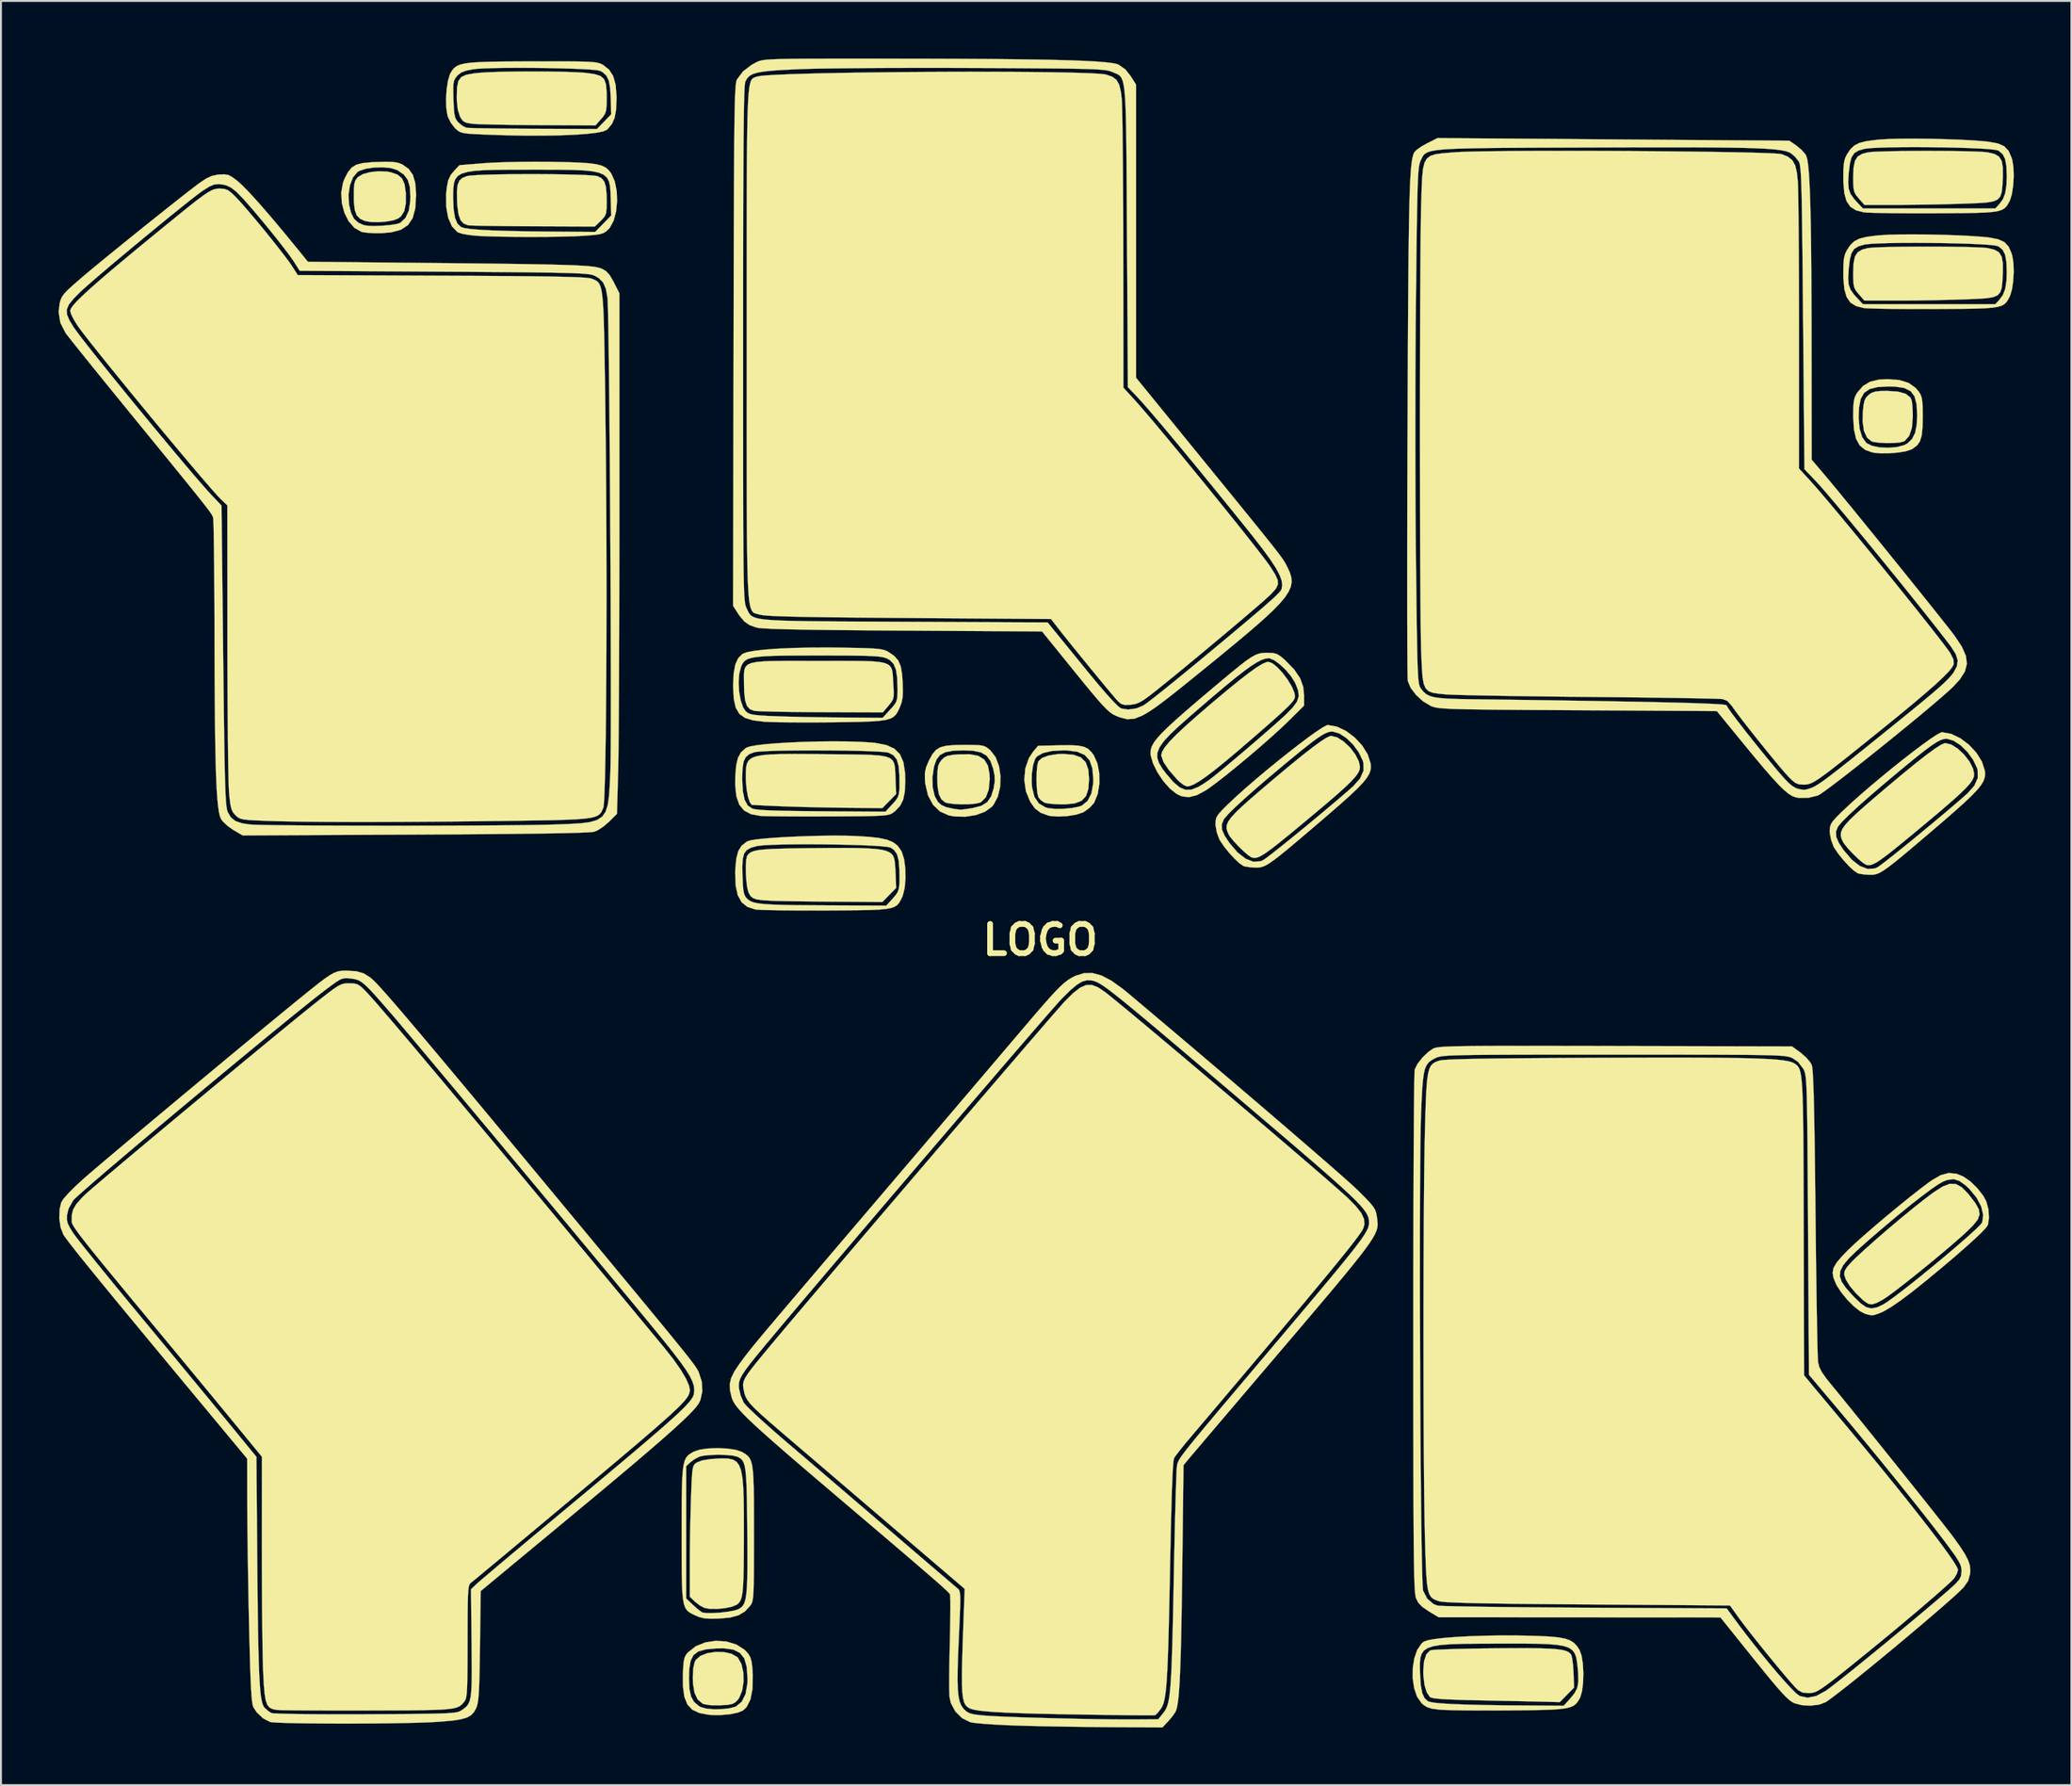
<source format=kicad_pcb>
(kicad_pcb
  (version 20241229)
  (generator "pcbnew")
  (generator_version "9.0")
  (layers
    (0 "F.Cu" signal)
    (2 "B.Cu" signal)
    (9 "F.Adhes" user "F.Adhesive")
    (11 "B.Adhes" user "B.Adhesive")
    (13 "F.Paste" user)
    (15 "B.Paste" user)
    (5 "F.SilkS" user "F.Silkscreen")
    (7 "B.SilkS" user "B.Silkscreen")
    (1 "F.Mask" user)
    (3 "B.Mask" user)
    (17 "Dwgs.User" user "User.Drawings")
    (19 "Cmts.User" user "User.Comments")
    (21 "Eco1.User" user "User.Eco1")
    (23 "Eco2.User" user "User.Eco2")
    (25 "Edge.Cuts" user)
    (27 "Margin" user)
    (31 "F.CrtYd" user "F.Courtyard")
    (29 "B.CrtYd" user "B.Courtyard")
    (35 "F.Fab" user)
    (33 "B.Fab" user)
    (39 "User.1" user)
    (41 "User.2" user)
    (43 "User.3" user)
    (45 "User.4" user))
  (footprint "LOGO"
    (layer "F.Cu")
    (at 51.122 45.909)
    (property "Reference" "LOGO" (at 0 0 0) (layer "F.SilkS") (effects (font (size 1.524 1.524) (thickness 0.3))))
    (attr through_hole)
    (fp_poly (pts (xy -16.477 37.093) (xy -16.082 37.18) (xy -15.785 37.347) (xy -15.744 37.389) (xy -15.561 37.717) (xy -15.464 38.15) (xy -15.451 38.629) (xy -15.521 39.09) (xy -15.676 39.472) (xy -15.756 39.585) (xy -15.891 39.718) (xy -16.048 39.797) (xy -16.281 39.841) (xy -16.645 39.864) (xy -16.664 39.865) (xy -17.15 39.862) (xy -17.494 39.809) (xy -17.592 39.771) (xy -17.844 39.555) (xy -18.006 39.212) (xy -18.084 38.724) (xy -18.094 38.415) (xy -18.071 37.942) (xy -17.998 37.621) (xy -17.937 37.5) (xy -17.699 37.291) (xy -17.34 37.151) (xy -16.914 37.084) (xy -16.477 37.093)) (stroke (width 0.01) (type solid)) (fill yes) (layer "F.SilkS"))
    (fp_poly (pts (xy -3.223 -9.586) (xy -2.916 -9.394) (xy -2.728 -9.082) (xy -2.643 -8.637) (xy -2.634 -8.373) (xy -2.685 -7.833) (xy -2.833 -7.434) (xy -3.075 -7.187) (xy -3.162 -7.146) (xy -3.407 -7.095) (xy -3.763 -7.068) (xy -4.165 -7.066) (xy -4.547 -7.087) (xy -4.845 -7.131) (xy -4.952 -7.166) (xy -5.151 -7.325) (xy -5.28 -7.591) (xy -5.347 -7.99) (xy -5.362 -8.419) (xy -5.353 -8.803) (xy -5.317 -9.057) (xy -5.241 -9.238) (xy -5.146 -9.366) (xy -5.002 -9.505) (xy -4.829 -9.589) (xy -4.569 -9.638) (xy -4.265 -9.666) (xy -3.668 -9.672) (xy -3.223 -9.586)) (stroke (width 0.01) (type solid)) (fill yes) (layer "F.SilkS"))
    (fp_poly (pts (xy 1.726 -9.647) (xy 2.113 -9.508) (xy 2.366 -9.254) (xy 2.503 -8.868) (xy 2.54 -8.382) (xy 2.504 -7.864) (xy 2.381 -7.493) (xy 2.15 -7.249) (xy 1.79 -7.112) (xy 1.28 -7.062) (xy 1.11 -7.062) (xy 0.74 -7.076) (xy 0.421 -7.107) (xy 0.222 -7.149) (xy 0.218 -7.15) (xy 0.007 -7.3) (xy -0.094 -7.431) (xy -0.149 -7.638) (xy -0.183 -7.97) (xy -0.195 -8.364) (xy -0.185 -8.76) (xy -0.153 -9.093) (xy -0.099 -9.304) (xy -0.097 -9.308) (xy 0.091 -9.478) (xy 0.428 -9.605) (xy 0.88 -9.677) (xy 1.185 -9.689) (xy 1.726 -9.647)) (stroke (width 0.01) (type solid)) (fill yes) (layer "F.SilkS"))
    (fp_poly (pts (xy -34.019 -40.021) (xy -33.829 -39.987) (xy -33.47 -39.862) (xy -33.237 -39.666) (xy -33.102 -39.362) (xy -33.041 -38.914) (xy -33.039 -38.877) (xy -33.041 -38.35) (xy -33.119 -37.969) (xy -33.284 -37.702) (xy -33.426 -37.585) (xy -33.676 -37.488) (xy -34.044 -37.42) (xy -34.461 -37.387) (xy -34.858 -37.395) (xy -35.156 -37.446) (xy -35.42 -37.563) (xy -35.596 -37.745) (xy -35.698 -38.026) (xy -35.743 -38.438) (xy -35.748 -38.737) (xy -35.742 -39.135) (xy -35.717 -39.395) (xy -35.663 -39.567) (xy -35.568 -39.699) (xy -35.531 -39.736) (xy -35.277 -39.888) (xy -34.899 -39.992) (xy -34.46 -40.039) (xy -34.019 -40.021)) (stroke (width 0.01) (type solid)) (fill yes) (layer "F.SilkS"))
    (fp_poly (pts (xy 44.654 -28.562) (xy 45.058 -28.452) (xy 45.303 -28.264) (xy 45.377 -28.108) (xy 45.408 -27.904) (xy 45.429 -27.585) (xy 45.436 -27.253) (xy 45.39 -26.676) (xy 45.249 -26.255) (xy 45.015 -25.992) (xy 44.973 -25.967) (xy 44.769 -25.914) (xy 44.444 -25.885) (xy 44.063 -25.88) (xy 43.691 -25.898) (xy 43.393 -25.94) (xy 43.293 -25.969) (xy 43.052 -26.165) (xy 42.894 -26.517) (xy 42.824 -27.009) (xy 42.834 -27.47) (xy 42.871 -27.85) (xy 42.923 -28.095) (xy 43.009 -28.26) (xy 43.133 -28.387) (xy 43.294 -28.5) (xy 43.487 -28.565) (xy 43.767 -28.593) (xy 44.084 -28.599) (xy 44.654 -28.562)) (stroke (width 0.01) (type solid)) (fill yes) (layer "F.SilkS"))
    (fp_poly (pts (xy -11.915 -9.682) (xy -10.986 -9.673) (xy -10.097 -9.665) (xy -9.378 -9.655) (xy -8.81 -9.638) (xy -8.376 -9.606) (xy -8.057 -9.553) (xy -7.835 -9.472) (xy -7.692 -9.356) (xy -7.609 -9.199) (xy -7.568 -8.994) (xy -7.551 -8.734) (xy -7.54 -8.413) (xy -7.539 -8.408) (xy -7.506 -7.601) (xy -8.223 -6.867) (xy -10.109 -6.885) (xy -10.823 -6.895) (xy -11.601 -6.91) (xy -12.375 -6.928) (xy -13.077 -6.949) (xy -13.5 -6.964) (xy -14.01 -6.986) (xy -14.45 -7.006) (xy -14.788 -7.023) (xy -14.99 -7.036) (xy -15.033 -7.041) (xy -15.131 -7.179) (xy -15.219 -7.458) (xy -15.289 -7.83) (xy -15.328 -8.247) (xy -15.334 -8.464) (xy -15.332 -8.757) (xy -15.317 -9) (xy -15.271 -9.198) (xy -15.18 -9.355) (xy -15.027 -9.476) (xy -14.796 -9.564) (xy -14.471 -9.625) (xy -14.037 -9.663) (xy -13.477 -9.682) (xy -12.775 -9.687) (xy -11.915 -9.682)) (stroke (width 0.01) (type solid)) (fill yes) (layer "F.SilkS"))
    (fp_poly (pts (xy -26.142 -39.888) (xy -25.437 -39.883) (xy -24.773 -39.874) (xy -24.177 -39.859) (xy -23.678 -39.841) (xy -23.304 -39.817) (xy -23.083 -39.789) (xy -23.055 -39.782) (xy -22.844 -39.673) (xy -22.703 -39.499) (xy -22.62 -39.226) (xy -22.583 -38.822) (xy -22.578 -38.489) (xy -22.582 -38.116) (xy -22.607 -37.874) (xy -22.67 -37.708) (xy -22.787 -37.561) (xy -22.888 -37.46) (xy -23.198 -37.159) (xy -26.392 -37.172) (xy -27.157 -37.176) (xy -27.868 -37.182) (xy -28.502 -37.19) (xy -29.035 -37.198) (xy -29.444 -37.208) (xy -29.705 -37.217) (xy -29.788 -37.224) (xy -30.025 -37.314) (xy -30.189 -37.493) (xy -30.294 -37.79) (xy -30.354 -38.233) (xy -30.368 -38.466) (xy -30.378 -38.968) (xy -30.344 -39.317) (xy -30.251 -39.548) (xy -30.087 -39.695) (xy -29.844 -39.789) (xy -29.644 -39.817) (xy -29.288 -39.841) (xy -28.803 -39.86) (xy -28.218 -39.874) (xy -27.56 -39.884) (xy -26.859 -39.888) (xy -26.142 -39.888)) (stroke (width 0.01) (type solid)) (fill yes) (layer "F.SilkS"))
    (fp_poly (pts (xy -25.39 -45.229) (xy -24.721 -45.215) (xy -24.152 -45.195) (xy -23.724 -45.167) (xy -23.664 -45.161) (xy -23.21 -45.099) (xy -22.903 -45.002) (xy -22.715 -44.836) (xy -22.617 -44.569) (xy -22.581 -44.167) (xy -22.578 -43.878) (xy -22.582 -43.486) (xy -22.605 -43.226) (xy -22.661 -43.044) (xy -22.765 -42.884) (xy -22.87 -42.76) (xy -23.162 -42.427) (xy -26.139 -42.442) (xy -26.893 -42.448) (xy -27.607 -42.456) (xy -28.255 -42.467) (xy -28.807 -42.479) (xy -29.238 -42.492) (xy -29.519 -42.507) (xy -29.586 -42.513) (xy -29.879 -42.562) (xy -30.053 -42.648) (xy -30.176 -42.812) (xy -30.221 -42.898) (xy -30.332 -43.241) (xy -30.382 -43.72) (xy -30.386 -43.946) (xy -30.37 -44.416) (xy -30.303 -44.737) (xy -30.154 -44.942) (xy -29.892 -45.065) (xy -29.486 -45.137) (xy -29.251 -45.162) (xy -28.827 -45.191) (xy -28.261 -45.213) (xy -27.594 -45.227) (xy -26.867 -45.235) (xy -26.118 -45.236) (xy -25.39 -45.229)) (stroke (width 0.01) (type solid)) (fill yes) (layer "F.SilkS"))
    (fp_poly (pts (xy -12.475 -14.536) (xy -11.564 -14.534) (xy -10.613 -14.536) (xy -9.834 -14.535) (xy -9.208 -14.528) (xy -8.719 -14.51) (xy -8.349 -14.474) (xy -8.081 -14.416) (xy -7.897 -14.331) (xy -7.782 -14.214) (xy -7.717 -14.058) (xy -7.685 -13.86) (xy -7.67 -13.613) (xy -7.655 -13.353) (xy -7.633 -12.964) (xy -7.635 -12.708) (xy -7.673 -12.532) (xy -7.759 -12.381) (xy -7.901 -12.206) (xy -8.198 -11.853) (xy -11.413 -11.864) (xy -12.185 -11.869) (xy -12.907 -11.876) (xy -13.554 -11.886) (xy -14.103 -11.898) (xy -14.53 -11.911) (xy -14.81 -11.925) (xy -14.908 -11.936) (xy -15.127 -12.025) (xy -15.279 -12.201) (xy -15.372 -12.49) (xy -15.418 -12.919) (xy -15.427 -13.32) (xy -15.431 -13.621) (xy -15.431 -13.867) (xy -15.41 -14.065) (xy -15.352 -14.22) (xy -15.239 -14.336) (xy -15.054 -14.42) (xy -14.782 -14.477) (xy -14.405 -14.512) (xy -13.905 -14.529) (xy -13.268 -14.536) (xy -12.475 -14.536)) (stroke (width 0.01) (type solid)) (fill yes) (layer "F.SilkS"))
    (fp_poly (pts (xy 47.678 12.711) (xy 47.978 12.875) (xy 48.298 13.196) (xy 48.37 13.282) (xy 48.689 13.697) (xy 48.871 14.022) (xy 48.913 14.299) (xy 48.814 14.569) (xy 48.571 14.873) (xy 48.265 15.175) (xy 47.921 15.489) (xy 47.486 15.868) (xy 46.986 16.293) (xy 46.448 16.741) (xy 45.897 17.191) (xy 45.36 17.623) (xy 44.863 18.014) (xy 44.432 18.345) (xy 44.093 18.592) (xy 43.886 18.729) (xy 43.549 18.909) (xy 43.311 18.982) (xy 43.116 18.95) (xy 42.907 18.811) (xy 42.828 18.744) (xy 42.458 18.385) (xy 42.155 18.02) (xy 41.948 17.685) (xy 41.864 17.419) (xy 41.863 17.399) (xy 41.896 17.231) (xy 42.01 17.039) (xy 42.23 16.789) (xy 42.498 16.526) (xy 42.98 16.08) (xy 43.549 15.575) (xy 44.168 15.04) (xy 44.803 14.506) (xy 45.416 14.002) (xy 45.974 13.558) (xy 46.439 13.204) (xy 46.542 13.13) (xy 46.994 12.842) (xy 47.361 12.701) (xy 47.678 12.711)) (stroke (width 0.01) (type solid)) (fill yes) (layer "F.SilkS"))
    (fp_poly (pts (xy 26.031 36.897) (xy 26.537 36.915) (xy 26.924 36.945) (xy 27.209 36.987) (xy 27.411 37.044) (xy 27.545 37.117) (xy 27.631 37.207) (xy 27.651 37.241) (xy 27.697 37.412) (xy 27.738 37.713) (xy 27.766 38.085) (xy 27.769 38.175) (xy 27.797 38.94) (xy 27.055 39.699) (xy 26.298 39.679) (xy 25.996 39.672) (xy 25.541 39.662) (xy 24.967 39.649) (xy 24.309 39.636) (xy 23.602 39.621) (xy 22.992 39.609) (xy 22.179 39.59) (xy 21.538 39.57) (xy 21.049 39.548) (xy 20.695 39.521) (xy 20.459 39.489) (xy 20.323 39.451) (xy 20.289 39.43) (xy 20.125 39.191) (xy 20.009 38.805) (xy 19.95 38.306) (xy 19.944 38.081) (xy 19.985 37.57) (xy 20.107 37.206) (xy 20.305 37.004) (xy 20.309 37.002) (xy 20.437 36.983) (xy 20.729 36.965) (xy 21.164 36.947) (xy 21.717 36.93) (xy 22.366 36.915) (xy 23.088 36.903) (xy 23.629 36.897) (xy 24.594 36.89) (xy 25.39 36.889) (xy 26.031 36.897)) (stroke (width 0.01) (type solid)) (fill yes) (layer "F.SilkS"))
    (fp_poly (pts (xy 46.857 -41.097) (xy 47.53 -41.091) (xy 48.144 -41.081) (xy 48.669 -41.066) (xy 49.073 -41.048) (xy 49.325 -41.025) (xy 49.336 -41.023) (xy 49.69 -40.938) (xy 49.927 -40.799) (xy 50.066 -40.574) (xy 50.126 -40.232) (xy 50.126 -39.741) (xy 50.123 -39.688) (xy 50.102 -39.27) (xy 50.067 -38.955) (xy 49.995 -38.728) (xy 49.861 -38.572) (xy 49.641 -38.473) (xy 49.311 -38.415) (xy 48.847 -38.381) (xy 48.224 -38.356) (xy 48.065 -38.35) (xy 47.338 -38.328) (xy 46.51 -38.309) (xy 45.666 -38.296) (xy 44.891 -38.289) (xy 44.633 -38.288) (xy 42.917 -38.288) (xy 42.625 -38.621) (xy 42.481 -38.797) (xy 42.395 -38.958) (xy 42.351 -39.159) (xy 42.335 -39.455) (xy 42.333 -39.739) (xy 42.353 -40.235) (xy 42.424 -40.579) (xy 42.566 -40.805) (xy 42.8 -40.944) (xy 43.089 -41.021) (xy 43.31 -41.045) (xy 43.688 -41.064) (xy 44.193 -41.079) (xy 44.793 -41.09) (xy 45.457 -41.096) (xy 46.156 -41.099) (xy 46.857 -41.097)) (stroke (width 0.01) (type solid)) (fill yes) (layer "F.SilkS"))
    (fp_poly (pts (xy 46.857 -36.111) (xy 47.53 -36.105) (xy 48.144 -36.095) (xy 48.669 -36.08) (xy 49.073 -36.062) (xy 49.325 -36.039) (xy 49.336 -36.037) (xy 49.69 -35.952) (xy 49.927 -35.813) (xy 50.066 -35.588) (xy 50.126 -35.246) (xy 50.126 -34.755) (xy 50.123 -34.702) (xy 50.102 -34.284) (xy 50.067 -33.969) (xy 49.995 -33.742) (xy 49.861 -33.586) (xy 49.641 -33.487) (xy 49.311 -33.429) (xy 48.847 -33.395) (xy 48.224 -33.37) (xy 48.065 -33.364) (xy 47.338 -33.342) (xy 46.51 -33.324) (xy 45.666 -33.31) (xy 44.891 -33.303) (xy 44.633 -33.302) (xy 42.917 -33.302) (xy 42.625 -33.635) (xy 42.481 -33.811) (xy 42.395 -33.972) (xy 42.351 -34.173) (xy 42.335 -34.469) (xy 42.333 -34.753) (xy 42.353 -35.249) (xy 42.424 -35.593) (xy 42.566 -35.819) (xy 42.8 -35.958) (xy 43.089 -36.035) (xy 43.31 -36.059) (xy 43.688 -36.078) (xy 44.193 -36.093) (xy 44.793 -36.104) (xy 45.457 -36.11) (xy 46.156 -36.113) (xy 46.857 -36.111)) (stroke (width 0.01) (type solid)) (fill yes) (layer "F.SilkS"))
    (fp_poly (pts (xy -9.495 -4.785) (xy -8.97 -4.767) (xy -8.562 -4.738) (xy -8.255 -4.696) (xy -8.028 -4.641) (xy -7.866 -4.571) (xy -7.786 -4.517) (xy -7.68 -4.409) (xy -7.612 -4.263) (xy -7.571 -4.035) (xy -7.546 -3.679) (xy -7.539 -3.527) (xy -7.506 -2.71) (xy -7.864 -2.343) (xy -8.223 -1.976) (xy -10.767 -1.994) (xy -11.481 -2) (xy -12.169 -2.008) (xy -12.797 -2.016) (xy -13.333 -2.025) (xy -13.743 -2.034) (xy -13.97 -2.041) (xy -14.438 -2.068) (xy -14.755 -2.109) (xy -14.96 -2.179) (xy -15.09 -2.29) (xy -15.184 -2.457) (xy -15.199 -2.493) (xy -15.26 -2.729) (xy -15.304 -3.07) (xy -15.329 -3.461) (xy -15.333 -3.845) (xy -15.315 -4.165) (xy -15.272 -4.365) (xy -15.262 -4.384) (xy -15.182 -4.484) (xy -15.075 -4.564) (xy -14.922 -4.628) (xy -14.702 -4.676) (xy -14.395 -4.712) (xy -13.979 -4.739) (xy -13.436 -4.758) (xy -12.743 -4.772) (xy -11.95 -4.782) (xy -10.967 -4.791) (xy -10.155 -4.793) (xy -9.495 -4.785)) (stroke (width 0.01) (type solid)) (fill yes) (layer "F.SilkS"))
    (fp_poly (pts (xy 12.091 -14.409) (xy 12.35 -14.2) (xy 12.625 -13.901) (xy 12.885 -13.554) (xy 13.098 -13.199) (xy 13.233 -12.876) (xy 13.264 -12.689) (xy 13.25 -12.6) (xy 13.197 -12.494) (xy 13.09 -12.355) (xy 12.916 -12.17) (xy 12.66 -11.924) (xy 12.306 -11.602) (xy 11.842 -11.191) (xy 11.252 -10.676) (xy 11.101 -10.545) (xy 10.312 -9.866) (xy 9.648 -9.308) (xy 9.097 -8.861) (xy 8.647 -8.518) (xy 8.285 -8.268) (xy 8.001 -8.104) (xy 7.782 -8.017) (xy 7.644 -7.996) (xy 7.482 -8.061) (xy 7.263 -8.227) (xy 7.136 -8.349) (xy 6.696 -8.853) (xy 6.419 -9.265) (xy 6.306 -9.584) (xy 6.303 -9.635) (xy 6.345 -9.805) (xy 6.479 -10.028) (xy 6.713 -10.312) (xy 7.057 -10.668) (xy 7.522 -11.106) (xy 8.115 -11.635) (xy 8.848 -12.266) (xy 9.013 -12.405) (xy 9.753 -13.025) (xy 10.367 -13.524) (xy 10.865 -13.91) (xy 11.259 -14.191) (xy 11.558 -14.375) (xy 11.775 -14.47) (xy 11.879 -14.487) (xy 12.091 -14.409)) (stroke (width 0.01) (type solid)) (fill yes) (layer "F.SilkS"))
    (fp_poly (pts (xy 15.463 -10.549) (xy 15.803 -10.333) (xy 16.13 -10.024) (xy 16.405 -9.664) (xy 16.591 -9.295) (xy 16.648 -9.008) (xy 16.627 -8.864) (xy 16.552 -8.699) (xy 16.408 -8.501) (xy 16.184 -8.254) (xy 15.865 -7.946) (xy 15.437 -7.562) (xy 14.887 -7.089) (xy 14.248 -6.552) (xy 13.526 -5.949) (xy 12.931 -5.458) (xy 12.45 -5.068) (xy 12.067 -4.769) (xy 11.768 -4.551) (xy 11.537 -4.403) (xy 11.36 -4.314) (xy 11.221 -4.275) (xy 11.106 -4.274) (xy 11.007 -4.3) (xy 10.838 -4.406) (xy 10.595 -4.613) (xy 10.325 -4.875) (xy 10.072 -5.147) (xy 9.881 -5.383) (xy 9.823 -5.475) (xy 9.742 -5.65) (xy 9.7 -5.811) (xy 9.71 -5.975) (xy 9.784 -6.157) (xy 9.933 -6.371) (xy 10.17 -6.632) (xy 10.507 -6.955) (xy 10.955 -7.356) (xy 11.526 -7.848) (xy 12.107 -8.341) (xy 12.924 -9.026) (xy 13.608 -9.584) (xy 14.165 -10.02) (xy 14.598 -10.337) (xy 14.912 -10.538) (xy 15.111 -10.626) (xy 15.148 -10.63) (xy 15.463 -10.549)) (stroke (width 0.01) (type solid)) (fill yes) (layer "F.SilkS"))
    (fp_poly (pts (xy 47.448 -10.173) (xy 47.788 -9.957) (xy 48.115 -9.648) (xy 48.391 -9.288) (xy 48.576 -8.919) (xy 48.633 -8.632) (xy 48.612 -8.487) (xy 48.537 -8.323) (xy 48.394 -8.124) (xy 48.169 -7.878) (xy 47.85 -7.57) (xy 47.422 -7.186) (xy 46.873 -6.713) (xy 46.234 -6.175) (xy 45.511 -5.573) (xy 44.916 -5.082) (xy 44.435 -4.692) (xy 44.053 -4.393) (xy 43.753 -4.175) (xy 43.522 -4.026) (xy 43.345 -3.938) (xy 43.206 -3.898) (xy 43.091 -3.898) (xy 42.992 -3.924) (xy 42.823 -4.03) (xy 42.581 -4.237) (xy 42.31 -4.499) (xy 42.057 -4.77) (xy 41.867 -5.007) (xy 41.809 -5.099) (xy 41.727 -5.273) (xy 41.685 -5.435) (xy 41.695 -5.599) (xy 41.769 -5.781) (xy 41.918 -5.994) (xy 42.155 -6.256) (xy 42.492 -6.579) (xy 42.94 -6.979) (xy 43.512 -7.472) (xy 44.092 -7.965) (xy 44.909 -8.649) (xy 45.594 -9.208) (xy 46.15 -9.644) (xy 46.583 -9.961) (xy 46.897 -10.161) (xy 47.096 -10.249) (xy 47.134 -10.254) (xy 47.448 -10.173)) (stroke (width 0.01) (type solid)) (fill yes) (layer "F.SilkS"))
    (fp_poly (pts (xy -16.222 27.019) (xy -15.997 27.072) (xy -15.818 27.181) (xy -15.682 27.362) (xy -15.582 27.631) (xy -15.512 28.005) (xy -15.469 28.5) (xy -15.445 29.13) (xy -15.435 29.914) (xy -15.434 30.866) (xy -15.434 31.091) (xy -15.437 31.97) (xy -15.444 32.681) (xy -15.457 33.242) (xy -15.478 33.676) (xy -15.509 34) (xy -15.552 34.235) (xy -15.61 34.4) (xy -15.684 34.517) (xy -15.776 34.603) (xy -15.804 34.624) (xy -16.049 34.727) (xy -16.41 34.803) (xy -16.818 34.843) (xy -17.201 34.842) (xy -17.49 34.792) (xy -17.498 34.789) (xy -17.727 34.664) (xy -17.971 34.475) (xy -17.992 34.455) (xy -18.25 34.208) (xy -18.25 32.5) (xy -18.246 31.775) (xy -18.235 30.949) (xy -18.218 30.106) (xy -18.197 29.334) (xy -18.189 29.085) (xy -18.166 28.48) (xy -18.146 28.036) (xy -18.123 27.724) (xy -18.093 27.516) (xy -18.052 27.385) (xy -17.995 27.302) (xy -17.917 27.24) (xy -17.883 27.217) (xy -17.613 27.11) (xy -17.179 27.041) (xy -16.839 27.017) (xy -16.501 27.006) (xy -16.222 27.019)) (stroke (width 0.01) (type solid)) (fill yes) (layer "F.SilkS"))
    (fp_poly (pts (xy 1.972 -10.123) (xy 2.268 -10.063) (xy 2.485 -9.956) (xy 2.66 -9.789) (xy 2.787 -9.617) (xy 2.975 -9.198) (xy 3.072 -8.679) (xy 3.077 -8.124) (xy 2.99 -7.598) (xy 2.812 -7.163) (xy 2.789 -7.127) (xy 2.564 -6.881) (xy 2.276 -6.671) (xy 2.225 -6.644) (xy 1.871 -6.528) (xy 1.415 -6.453) (xy 0.938 -6.427) (xy 0.523 -6.458) (xy 0.423 -6.479) (xy 0.017 -6.626) (xy -0.275 -6.849) (xy -0.521 -7.194) (xy -0.747 -7.742) (xy -0.808 -8.172) (xy -0.446 -8.172) (xy -0.426 -7.937) (xy -0.303 -7.447) (xy -0.071 -7.106) (xy 0.277 -6.903) (xy 0.429 -6.863) (xy 0.787 -6.826) (xy 1.219 -6.831) (xy 1.653 -6.872) (xy 2.015 -6.943) (xy 2.159 -6.994) (xy 2.461 -7.238) (xy 2.662 -7.628) (xy 2.756 -8.149) (xy 2.761 -8.369) (xy 2.714 -8.935) (xy 2.571 -9.351) (xy 2.315 -9.635) (xy 1.929 -9.803) (xy 1.394 -9.873) (xy 1.178 -9.878) (xy 0.59 -9.841) (xy 0.136 -9.734) (xy -0.167 -9.562) (xy -0.264 -9.439) (xy -0.376 -9.104) (xy -0.439 -8.658) (xy -0.446 -8.172) (xy -0.808 -8.172) (xy -0.832 -8.338) (xy -0.779 -8.932) (xy -0.59 -9.475) (xy -0.377 -9.799) (xy -0.115 -10.113) (xy 1.001 -10.139) (xy 1.562 -10.144) (xy 1.972 -10.123)) (stroke (width 0.01) (type solid)) (fill yes) (layer "F.SilkS"))
    (fp_poly (pts (xy -16.342 36.542) (xy -15.832 36.697) (xy -15.403 36.967) (xy -15.198 37.19) (xy -15.097 37.37) (xy -15.031 37.607) (xy -14.991 37.949) (xy -14.972 38.303) (xy -14.987 39.015) (xy -15.096 39.569) (xy -15.296 39.962) (xy -15.483 40.137) (xy -15.754 40.247) (xy -16.153 40.328) (xy -16.621 40.371) (xy -17.098 40.37) (xy -17.263 40.357) (xy -17.752 40.267) (xy -18.119 40.094) (xy -18.375 39.821) (xy -18.533 39.427) (xy -18.606 38.893) (xy -18.609 38.488) (xy -18.295 38.488) (xy -18.269 39.025) (xy -18.184 39.415) (xy -18.026 39.695) (xy -17.777 39.901) (xy -17.677 39.957) (xy -17.405 40.034) (xy -17.02 40.07) (xy -16.59 40.065) (xy -16.185 40.021) (xy -15.875 39.939) (xy -15.849 39.927) (xy -15.548 39.681) (xy -15.348 39.283) (xy -15.253 38.737) (xy -15.245 38.451) (xy -15.287 37.859) (xy -15.411 37.426) (xy -15.638 37.134) (xy -15.987 36.963) (xy -16.478 36.897) (xy -16.886 36.901) (xy -17.419 36.951) (xy -17.801 37.057) (xy -18.057 37.248) (xy -18.209 37.548) (xy -18.28 37.984) (xy -18.295 38.488) (xy -18.609 38.488) (xy -18.61 38.272) (xy -18.591 37.839) (xy -18.561 37.548) (xy -18.511 37.353) (xy -18.429 37.207) (xy -18.344 37.107) (xy -17.934 36.786) (xy -17.435 36.586) (xy -16.89 36.505) (xy -16.342 36.542)) (stroke (width 0.01) (type solid)) (fill yes) (layer "F.SilkS"))
    (fp_poly (pts (xy -3.503 -10.158) (xy -3.193 -10.146) (xy -2.984 -10.115) (xy -2.833 -10.056) (xy -2.698 -9.96) (xy -2.601 -9.878) (xy -2.327 -9.522) (xy -2.149 -9.053) (xy -2.07 -8.521) (xy -2.09 -7.975) (xy -2.211 -7.465) (xy -2.434 -7.039) (xy -2.521 -6.936) (xy -2.873 -6.683) (xy -3.347 -6.507) (xy -3.892 -6.42) (xy -4.455 -6.432) (xy -4.753 -6.484) (xy -5.217 -6.688) (xy -5.586 -7.043) (xy -5.847 -7.534) (xy -5.989 -8.145) (xy -6.004 -8.3) (xy -6.007 -8.467) (xy -5.616 -8.467) (xy -5.601 -7.946) (xy -5.499 -7.496) (xy -5.323 -7.178) (xy -5.145 -7.025) (xy -4.892 -6.914) (xy -4.521 -6.832) (xy -4.186 -6.786) (xy -4.048 -6.794) (xy -3.788 -6.827) (xy -3.537 -6.865) (xy -3.075 -6.983) (xy -2.76 -7.179) (xy -2.553 -7.488) (xy -2.433 -7.877) (xy -2.371 -8.246) (xy -2.379 -8.566) (xy -2.452 -8.92) (xy -2.594 -9.322) (xy -2.798 -9.6) (xy -3.096 -9.772) (xy -3.518 -9.858) (xy -3.989 -9.878) (xy -4.542 -9.856) (xy -4.941 -9.781) (xy -5.218 -9.635) (xy -5.402 -9.401) (xy -5.525 -9.061) (xy -5.538 -9.008) (xy -5.616 -8.467) (xy -6.007 -8.467) (xy -6.01 -8.669) (xy -5.952 -8.975) (xy -5.808 -9.322) (xy -5.789 -9.361) (xy -5.618 -9.673) (xy -5.437 -9.892) (xy -5.209 -10.034) (xy -4.897 -10.116) (xy -4.466 -10.152) (xy -3.959 -10.16) (xy -3.503 -10.158)) (stroke (width 0.01) (type solid)) (fill yes) (layer "F.SilkS"))
    (fp_poly (pts (xy 44.739 -29.163) (xy 45.219 -29.014) (xy 45.586 -28.753) (xy 45.745 -28.563) (xy 45.839 -28.413) (xy 45.9 -28.246) (xy 45.935 -28.021) (xy 45.951 -27.694) (xy 45.954 -27.229) (xy 45.942 -26.667) (xy 45.896 -26.258) (xy 45.805 -25.965) (xy 45.656 -25.755) (xy 45.437 -25.592) (xy 45.346 -25.542) (xy 45.073 -25.454) (xy 44.679 -25.389) (xy 44.226 -25.351) (xy 43.779 -25.346) (xy 43.404 -25.379) (xy 43.345 -25.39) (xy 42.958 -25.525) (xy 42.674 -25.756) (xy 42.483 -26.104) (xy 42.373 -26.588) (xy 42.335 -27.208) (xy 42.616 -27.208) (xy 42.663 -26.638) (xy 42.801 -26.188) (xy 43.021 -25.885) (xy 43.029 -25.878) (xy 43.314 -25.737) (xy 43.715 -25.656) (xy 44.17 -25.635) (xy 44.617 -25.674) (xy 44.994 -25.775) (xy 45.156 -25.861) (xy 45.399 -26.096) (xy 45.557 -26.409) (xy 45.641 -26.837) (xy 45.664 -27.329) (xy 45.635 -27.898) (xy 45.528 -28.31) (xy 45.322 -28.587) (xy 44.993 -28.75) (xy 44.521 -28.821) (xy 44.172 -28.83) (xy 43.601 -28.798) (xy 43.183 -28.693) (xy 42.898 -28.494) (xy 42.723 -28.178) (xy 42.636 -27.721) (xy 42.616 -27.208) (xy 42.335 -27.208) (xy 42.334 -27.229) (xy 42.333 -27.312) (xy 42.339 -27.75) (xy 42.364 -28.051) (xy 42.416 -28.266) (xy 42.504 -28.445) (xy 42.545 -28.509) (xy 42.845 -28.855) (xy 43.211 -29.075) (xy 43.681 -29.187) (xy 44.121 -29.21) (xy 44.739 -29.163)) (stroke (width 0.01) (type solid)) (fill yes) (layer "F.SilkS"))
    (fp_poly (pts (xy -33.728 -40.524) (xy -33.485 -40.49) (xy -33.293 -40.427) (xy -33.211 -40.387) (xy -32.89 -40.16) (xy -32.674 -39.854) (xy -32.551 -39.438) (xy -32.506 -38.882) (xy -32.506 -38.759) (xy -32.549 -38.101) (xy -32.684 -37.598) (xy -32.927 -37.235) (xy -33.291 -36.994) (xy -33.792 -36.858) (xy -34.283 -36.815) (xy -34.686 -36.814) (xy -35.054 -36.835) (xy -35.315 -36.874) (xy -35.342 -36.881) (xy -35.712 -37.087) (xy -36.015 -37.434) (xy -36.239 -37.882) (xy -36.372 -38.39) (xy -36.395 -38.824) (xy -36.022 -38.824) (xy -35.998 -38.31) (xy -35.89 -37.872) (xy -35.735 -37.558) (xy -35.502 -37.354) (xy -35.231 -37.233) (xy -35.01 -37.197) (xy -34.672 -37.187) (xy -34.277 -37.201) (xy -33.885 -37.234) (xy -33.554 -37.283) (xy -33.345 -37.344) (xy -33.33 -37.352) (xy -33.056 -37.606) (xy -32.885 -37.976) (xy -32.807 -38.482) (xy -32.8 -38.733) (xy -32.832 -39.233) (xy -32.94 -39.598) (xy -33.147 -39.87) (xy -33.477 -40.095) (xy -33.497 -40.105) (xy -33.814 -40.205) (xy -34.233 -40.246) (xy -34.691 -40.234) (xy -35.121 -40.17) (xy -35.459 -40.059) (xy -35.55 -40.004) (xy -35.791 -39.72) (xy -35.95 -39.31) (xy -36.022 -38.824) (xy -36.395 -38.824) (xy -36.401 -38.921) (xy -36.312 -39.433) (xy -36.229 -39.652) (xy -36.053 -39.989) (xy -35.864 -40.223) (xy -35.623 -40.375) (xy -35.292 -40.463) (xy -34.831 -40.509) (xy -34.549 -40.521) (xy -34.067 -40.533) (xy -33.728 -40.524)) (stroke (width 0.01) (type solid)) (fill yes) (layer "F.SilkS"))
    (fp_poly (pts (xy -25.614 -40.532) (xy -25.418 -40.529) (xy -24.621 -40.513) (xy -23.988 -40.49) (xy -23.498 -40.456) (xy -23.126 -40.406) (xy -22.85 -40.335) (xy -22.646 -40.24) (xy -22.493 -40.114) (xy -22.365 -39.955) (xy -22.341 -39.919) (xy -22.16 -39.515) (xy -22.059 -39.016) (xy -22.037 -38.473) (xy -22.091 -37.938) (xy -22.217 -37.462) (xy -22.415 -37.098) (xy -22.476 -37.03) (xy -22.612 -36.904) (xy -22.751 -36.819) (xy -22.934 -36.762) (xy -23.206 -36.723) (xy -23.608 -36.689) (xy -23.773 -36.678) (xy -24.27 -36.652) (xy -24.909 -36.634) (xy -25.644 -36.623) (xy -26.432 -36.619) (xy -27.228 -36.621) (xy -27.987 -36.631) (xy -28.665 -36.647) (xy -29.217 -36.67) (xy -29.398 -36.682) (xy -29.782 -36.724) (xy -30.112 -36.786) (xy -30.329 -36.857) (xy -30.351 -36.87) (xy -30.635 -37.167) (xy -30.831 -37.611) (xy -30.934 -38.179) (xy -30.938 -38.658) (xy -30.574 -38.658) (xy -30.551 -38.053) (xy -30.478 -37.611) (xy -30.35 -37.311) (xy -30.164 -37.134) (xy -29.982 -37.077) (xy -29.644 -37.029) (xy -29.143 -36.988) (xy -28.475 -36.954) (xy -27.635 -36.928) (xy -26.618 -36.908) (xy -25.443 -36.895) (xy -23.181 -36.877) (xy -22.343 -37.734) (xy -22.367 -38.593) (xy -22.379 -38.962) (xy -22.405 -39.266) (xy -22.459 -39.511) (xy -22.56 -39.705) (xy -22.724 -39.852) (xy -22.967 -39.96) (xy -23.307 -40.035) (xy -23.759 -40.082) (xy -24.341 -40.108) (xy -25.069 -40.12) (xy -25.961 -40.123) (xy -26.482 -40.123) (xy -27.465 -40.122) (xy -28.277 -40.115) (xy -28.933 -40.097) (xy -29.451 -40.061) (xy -29.846 -40.001) (xy -30.136 -39.913) (xy -30.336 -39.789) (xy -30.464 -39.624) (xy -30.535 -39.412) (xy -30.566 -39.146) (xy -30.574 -38.823) (xy -30.574 -38.658) (xy -30.938 -38.658) (xy -30.939 -38.851) (xy -30.907 -39.182) (xy -30.833 -39.563) (xy -30.7 -39.844) (xy -30.543 -40.037) (xy -30.245 -40.355) (xy -28.946 -40.46) (xy -28.454 -40.49) (xy -27.825 -40.513) (xy -27.108 -40.528) (xy -26.354 -40.535) (xy -25.614 -40.532)) (stroke (width 0.01) (type solid)) (fill yes) (layer "F.SilkS"))
    (fp_poly (pts (xy 46.278 -41.729) (xy 47.07 -41.711) (xy 47.835 -41.684) (xy 48.532 -41.648) (xy 49.117 -41.604) (xy 49.389 -41.575) (xy 49.868 -41.487) (xy 50.2 -41.34) (xy 50.424 -41.104) (xy 50.58 -40.748) (xy 50.619 -40.615) (xy 50.678 -40.24) (xy 50.692 -39.778) (xy 50.664 -39.296) (xy 50.598 -38.858) (xy 50.5 -38.531) (xy 50.485 -38.501) (xy 50.398 -38.339) (xy 50.311 -38.207) (xy 50.203 -38.102) (xy 50.057 -38.021) (xy 49.852 -37.96) (xy 49.57 -37.917) (xy 49.192 -37.888) (xy 48.697 -37.87) (xy 48.067 -37.859) (xy 47.283 -37.854) (xy 46.571 -37.85) (xy 45.787 -37.849) (xy 45.045 -37.851) (xy 44.371 -37.856) (xy 43.79 -37.865) (xy 43.328 -37.876) (xy 43.011 -37.889) (xy 42.885 -37.9) (xy 42.482 -38.003) (xy 42.188 -38.188) (xy 41.988 -38.478) (xy 41.871 -38.897) (xy 41.822 -39.463) (xy 42.072 -39.463) (xy 42.096 -39.131) (xy 42.189 -38.866) (xy 42.367 -38.61) (xy 42.551 -38.406) (xy 42.841 -38.1) (xy 49.732 -38.1) (xy 49.931 -38.312) (xy 50.127 -38.577) (xy 50.251 -38.897) (xy 50.314 -39.316) (xy 50.33 -39.795) (xy 50.31 -40.312) (xy 50.244 -40.677) (xy 50.119 -40.927) (xy 49.923 -41.095) (xy 49.872 -41.123) (xy 49.706 -41.16) (xy 49.38 -41.194) (xy 48.919 -41.223) (xy 48.353 -41.248) (xy 47.707 -41.268) (xy 47.01 -41.283) (xy 46.289 -41.292) (xy 45.57 -41.296) (xy 44.882 -41.293) (xy 44.251 -41.284) (xy 43.704 -41.268) (xy 43.27 -41.246) (xy 42.975 -41.215) (xy 42.919 -41.205) (xy 42.603 -41.114) (xy 42.387 -40.98) (xy 42.246 -40.767) (xy 42.159 -40.441) (xy 42.102 -39.965) (xy 42.098 -39.921) (xy 42.072 -39.463) (xy 41.822 -39.463) (xy 41.822 -39.467) (xy 41.818 -39.699) (xy 41.825 -40.159) (xy 41.853 -40.481) (xy 41.91 -40.715) (xy 42.004 -40.912) (xy 42.004 -40.912) (xy 42.188 -41.185) (xy 42.392 -41.379) (xy 42.654 -41.513) (xy 43.014 -41.604) (xy 43.511 -41.67) (xy 43.706 -41.689) (xy 44.174 -41.718) (xy 44.788 -41.733) (xy 45.503 -41.737) (xy 46.278 -41.729)) (stroke (width 0.01) (type solid)) (fill yes) (layer "F.SilkS"))
    (fp_poly (pts (xy 46.278 -36.743) (xy 47.07 -36.725) (xy 47.835 -36.698) (xy 48.532 -36.662) (xy 49.117 -36.618) (xy 49.389 -36.59) (xy 49.868 -36.501) (xy 50.2 -36.354) (xy 50.424 -36.118) (xy 50.58 -35.762) (xy 50.619 -35.629) (xy 50.678 -35.254) (xy 50.692 -34.793) (xy 50.664 -34.31) (xy 50.598 -33.872) (xy 50.5 -33.545) (xy 50.485 -33.515) (xy 50.398 -33.353) (xy 50.311 -33.221) (xy 50.203 -33.116) (xy 50.057 -33.035) (xy 49.852 -32.975) (xy 49.57 -32.931) (xy 49.192 -32.902) (xy 48.697 -32.884) (xy 48.067 -32.874) (xy 47.283 -32.868) (xy 46.571 -32.864) (xy 45.787 -32.863) (xy 45.045 -32.865) (xy 44.371 -32.87) (xy 43.79 -32.879) (xy 43.328 -32.89) (xy 43.011 -32.903) (xy 42.885 -32.914) (xy 42.482 -33.017) (xy 42.188 -33.202) (xy 41.988 -33.492) (xy 41.871 -33.911) (xy 41.822 -34.477) (xy 42.072 -34.477) (xy 42.096 -34.145) (xy 42.189 -33.88) (xy 42.367 -33.624) (xy 42.551 -33.42) (xy 42.841 -33.114) (xy 49.732 -33.114) (xy 49.931 -33.326) (xy 50.127 -33.591) (xy 50.251 -33.911) (xy 50.314 -34.33) (xy 50.33 -34.809) (xy 50.31 -35.326) (xy 50.244 -35.692) (xy 50.119 -35.941) (xy 49.923 -36.109) (xy 49.872 -36.137) (xy 49.706 -36.174) (xy 49.38 -36.208) (xy 48.919 -36.237) (xy 48.353 -36.262) (xy 47.707 -36.282) (xy 47.01 -36.297) (xy 46.289 -36.306) (xy 45.57 -36.31) (xy 44.882 -36.307) (xy 44.251 -36.298) (xy 43.704 -36.282) (xy 43.27 -36.26) (xy 42.975 -36.229) (xy 42.919 -36.219) (xy 42.603 -36.128) (xy 42.387 -35.994) (xy 42.246 -35.781) (xy 42.159 -35.455) (xy 42.102 -34.979) (xy 42.098 -34.935) (xy 42.072 -34.477) (xy 41.822 -34.477) (xy 41.822 -34.481) (xy 41.818 -34.713) (xy 41.825 -35.173) (xy 41.853 -35.495) (xy 41.91 -35.729) (xy 42.004 -35.926) (xy 42.004 -35.926) (xy 42.188 -36.199) (xy 42.392 -36.393) (xy 42.654 -36.527) (xy 43.014 -36.618) (xy 43.511 -36.685) (xy 43.706 -36.703) (xy 44.174 -36.732) (xy 44.788 -36.747) (xy 45.503 -36.751) (xy 46.278 -36.743)) (stroke (width 0.01) (type solid)) (fill yes) (layer "F.SilkS"))
    (fp_poly (pts (xy 47.713 12.178) (xy 48.058 12.317) (xy 48.428 12.571) (xy 48.8 12.933) (xy 49.111 13.335) (xy 49.263 13.616) (xy 49.375 14.03) (xy 49.403 14.48) (xy 49.348 14.846) (xy 49.247 14.992) (xy 49.009 15.243) (xy 48.646 15.589) (xy 48.169 16.019) (xy 47.591 16.523) (xy 46.922 17.089) (xy 46.174 17.709) (xy 46.17 17.712) (xy 45.429 18.307) (xy 44.81 18.774) (xy 44.304 19.121) (xy 43.902 19.354) (xy 43.66 19.458) (xy 43.439 19.531) (xy 43.292 19.551) (xy 43.126 19.52) (xy 42.94 19.467) (xy 42.676 19.328) (xy 42.356 19.07) (xy 42.024 18.736) (xy 41.719 18.367) (xy 41.484 18.007) (xy 41.44 17.921) (xy 41.309 17.605) (xy 41.295 17.527) (xy 41.637 17.527) (xy 41.737 17.81) (xy 41.952 18.121) (xy 42.275 18.487) (xy 42.375 18.592) (xy 42.727 18.932) (xy 43.015 19.129) (xy 43.283 19.194) (xy 43.573 19.137) (xy 43.887 18.992) (xy 44.107 18.853) (xy 44.435 18.618) (xy 44.848 18.305) (xy 45.326 17.932) (xy 45.847 17.514) (xy 46.391 17.071) (xy 46.936 16.62) (xy 47.461 16.178) (xy 47.945 15.762) (xy 48.366 15.391) (xy 48.705 15.082) (xy 48.939 14.852) (xy 49.048 14.718) (xy 49.051 14.712) (xy 49.103 14.325) (xy 49.001 13.885) (xy 48.759 13.424) (xy 48.389 12.974) (xy 48.205 12.8) (xy 47.866 12.551) (xy 47.558 12.456) (xy 47.225 12.504) (xy 47.017 12.584) (xy 46.76 12.73) (xy 46.382 12.99) (xy 45.897 13.351) (xy 45.324 13.8) (xy 44.679 14.325) (xy 43.979 14.911) (xy 43.239 15.546) (xy 43.053 15.708) (xy 42.496 16.206) (xy 42.081 16.613) (xy 41.803 16.953) (xy 41.657 17.249) (xy 41.637 17.527) (xy 41.295 17.527) (xy 41.261 17.338) (xy 41.31 17.085) (xy 41.467 16.81) (xy 41.746 16.48) (xy 42.089 16.13) (xy 42.441 15.796) (xy 42.91 15.377) (xy 43.46 14.9) (xy 44.058 14.394) (xy 44.671 13.887) (xy 45.263 13.407) (xy 45.803 12.983) (xy 46.254 12.642) (xy 46.418 12.525) (xy 46.886 12.252) (xy 47.304 12.138) (xy 47.713 12.178)) (stroke (width 0.01) (type solid)) (fill yes) (layer "F.SilkS"))
    (fp_poly (pts (xy -10.066 -10.339) (xy -9.415 -10.32) (xy -8.851 -10.287) (xy -8.573 -10.26) (xy -8.015 -10.152) (xy -7.598 -9.962) (xy -7.307 -9.671) (xy -7.127 -9.257) (xy -7.041 -8.701) (xy -7.029 -8.267) (xy -7.056 -7.711) (xy -7.143 -7.295) (xy -7.306 -6.976) (xy -7.562 -6.711) (xy -7.647 -6.644) (xy -7.726 -6.591) (xy -7.818 -6.548) (xy -7.942 -6.514) (xy -8.121 -6.489) (xy -8.374 -6.47) (xy -8.722 -6.457) (xy -9.186 -6.448) (xy -9.786 -6.442) (xy -10.544 -6.437) (xy -10.987 -6.435) (xy -11.756 -6.433) (xy -12.487 -6.433) (xy -13.153 -6.436) (xy -13.726 -6.441) (xy -14.18 -6.448) (xy -14.487 -6.457) (xy -14.58 -6.462) (xy -15.061 -6.551) (xy -15.424 -6.742) (xy -15.676 -7.05) (xy -15.827 -7.49) (xy -15.887 -8.077) (xy -15.883 -8.375) (xy -15.522 -8.375) (xy -15.491 -7.755) (xy -15.396 -7.3) (xy -15.233 -7) (xy -14.996 -6.84) (xy -14.937 -6.823) (xy -14.776 -6.796) (xy -14.544 -6.773) (xy -14.223 -6.754) (xy -13.797 -6.738) (xy -13.248 -6.724) (xy -12.561 -6.714) (xy -11.718 -6.705) (xy -10.781 -6.697) (xy -8.061 -6.679) (xy -7.7 -7.071) (xy -7.532 -7.261) (xy -7.423 -7.426) (xy -7.36 -7.613) (xy -7.333 -7.866) (xy -7.331 -8.232) (xy -7.337 -8.561) (xy -7.374 -9.051) (xy -7.47 -9.391) (xy -7.639 -9.614) (xy -7.897 -9.753) (xy -7.903 -9.755) (xy -8.088 -9.785) (xy -8.432 -9.811) (xy -8.909 -9.833) (xy -9.491 -9.851) (xy -10.149 -9.864) (xy -10.856 -9.872) (xy -11.583 -9.875) (xy -12.304 -9.874) (xy -12.989 -9.868) (xy -13.612 -9.857) (xy -14.145 -9.84) (xy -14.558 -9.818) (xy -14.826 -9.792) (xy -14.884 -9.78) (xy -15.152 -9.679) (xy -15.334 -9.528) (xy -15.447 -9.296) (xy -15.504 -8.948) (xy -15.522 -8.45) (xy -15.522 -8.375) (xy -15.883 -8.375) (xy -15.88 -8.572) (xy -15.833 -9.105) (xy -15.739 -9.491) (xy -15.584 -9.771) (xy -15.35 -9.985) (xy -15.309 -10.013) (xy -15.112 -10.081) (xy -14.754 -10.144) (xy -14.263 -10.2) (xy -13.666 -10.248) (xy -12.992 -10.288) (xy -12.267 -10.318) (xy -11.519 -10.337) (xy -10.776 -10.344) (xy -10.066 -10.339)) (stroke (width 0.01) (type solid)) (fill yes) (layer "F.SilkS"))
    (fp_poly (pts (xy 24.917 36.231) (xy 25.12 36.234) (xy 25.894 36.253) (xy 26.504 36.282) (xy 26.975 36.326) (xy 27.331 36.393) (xy 27.596 36.487) (xy 27.796 36.616) (xy 27.953 36.785) (xy 28.081 36.98) (xy 28.187 37.275) (xy 28.254 37.696) (xy 28.281 38.182) (xy 28.268 38.675) (xy 28.215 39.116) (xy 28.121 39.446) (xy 28.101 39.486) (xy 28.007 39.648) (xy 27.906 39.779) (xy 27.776 39.882) (xy 27.598 39.962) (xy 27.352 40.021) (xy 27.019 40.063) (xy 26.578 40.092) (xy 26.01 40.11) (xy 25.294 40.121) (xy 24.411 40.129) (xy 24.365 40.13) (xy 23.603 40.133) (xy 22.872 40.133) (xy 22.201 40.129) (xy 21.62 40.121) (xy 21.159 40.11) (xy 20.845 40.096) (xy 20.773 40.09) (xy 20.396 40.039) (xy 20.139 39.959) (xy 19.937 39.826) (xy 19.859 39.756) (xy 19.624 39.421) (xy 19.47 38.976) (xy 19.395 38.465) (xy 19.398 37.932) (xy 19.433 37.704) (xy 19.767 37.704) (xy 19.771 38.054) (xy 19.78 38.288) (xy 19.817 38.836) (xy 19.89 39.226) (xy 20.008 39.487) (xy 20.178 39.646) (xy 20.224 39.67) (xy 20.421 39.717) (xy 20.8 39.759) (xy 21.354 39.794) (xy 22.075 39.824) (xy 22.958 39.847) (xy 23.996 39.864) (xy 24.754 39.87) (xy 27.26 39.887) (xy 27.597 39.513) (xy 27.825 39.232) (xy 27.96 38.966) (xy 28.019 38.659) (xy 28.015 38.254) (xy 27.992 37.977) (xy 27.958 37.653) (xy 27.913 37.386) (xy 27.84 37.171) (xy 27.721 37.002) (xy 27.539 36.874) (xy 27.278 36.78) (xy 26.92 36.717) (xy 26.448 36.677) (xy 25.845 36.656) (xy 25.093 36.649) (xy 24.176 36.649) (xy 23.848 36.65) (xy 22.86 36.653) (xy 22.044 36.661) (xy 21.384 36.681) (xy 20.863 36.72) (xy 20.466 36.784) (xy 20.176 36.879) (xy 19.978 37.012) (xy 19.854 37.189) (xy 19.789 37.418) (xy 19.767 37.704) (xy 19.433 37.704) (xy 19.477 37.422) (xy 19.63 36.978) (xy 19.857 36.646) (xy 19.974 36.55) (xy 20.181 36.476) (xy 20.552 36.41) (xy 21.065 36.351) (xy 21.694 36.302) (xy 22.418 36.264) (xy 23.212 36.239) (xy 24.053 36.227) (xy 24.917 36.231)) (stroke (width 0.01) (type solid)) (fill yes) (layer "F.SilkS"))
    (fp_poly (pts (xy 12.124 -14.945) (xy 12.337 -14.887) (xy 12.545 -14.75) (xy 12.764 -14.558) (xy 13.227 -14.082) (xy 13.531 -13.634) (xy 13.693 -13.182) (xy 13.735 -12.763) (xy 13.735 -12.204) (xy 12.912 -11.389) (xy 12.513 -11.008) (xy 12.022 -10.563) (xy 11.47 -10.078) (xy 10.886 -9.578) (xy 10.3 -9.09) (xy 9.743 -8.637) (xy 9.244 -8.245) (xy 8.833 -7.939) (xy 8.626 -7.797) (xy 8.144 -7.538) (xy 7.728 -7.436) (xy 7.347 -7.489) (xy 7.094 -7.61) (xy 6.741 -7.894) (xy 6.398 -8.287) (xy 6.097 -8.739) (xy 5.871 -9.198) (xy 5.788 -9.488) (xy 6.091 -9.488) (xy 6.18 -9.218) (xy 6.357 -8.924) (xy 6.557 -8.658) (xy 6.931 -8.224) (xy 7.254 -7.95) (xy 7.555 -7.822) (xy 7.862 -7.828) (xy 8.204 -7.958) (xy 8.213 -7.962) (xy 8.475 -8.117) (xy 8.78 -8.323) (xy 8.89 -8.405) (xy 9.196 -8.649) (xy 9.61 -8.989) (xy 10.1 -9.4) (xy 10.634 -9.852) (xy 11.18 -10.319) (xy 11.704 -10.773) (xy 12.175 -11.186) (xy 12.561 -11.531) (xy 12.787 -11.739) (xy 13.15 -12.108) (xy 13.37 -12.411) (xy 13.46 -12.69) (xy 13.431 -12.987) (xy 13.294 -13.343) (xy 13.26 -13.414) (xy 13.063 -13.733) (xy 12.792 -14.056) (xy 12.488 -14.346) (xy 12.194 -14.563) (xy 11.949 -14.67) (xy 11.9 -14.676) (xy 11.727 -14.655) (xy 11.524 -14.586) (xy 11.277 -14.46) (xy 10.974 -14.267) (xy 10.601 -13.997) (xy 10.146 -13.641) (xy 9.595 -13.19) (xy 8.936 -12.633) (xy 8.155 -11.962) (xy 7.891 -11.733) (xy 7.27 -11.185) (xy 6.789 -10.734) (xy 6.439 -10.358) (xy 6.212 -10.038) (xy 6.099 -9.755) (xy 6.091 -9.488) (xy 5.788 -9.488) (xy 5.751 -9.615) (xy 5.741 -9.746) (xy 5.755 -9.909) (xy 5.808 -10.081) (xy 5.912 -10.272) (xy 6.078 -10.495) (xy 6.317 -10.761) (xy 6.641 -11.081) (xy 7.062 -11.469) (xy 7.59 -11.934) (xy 8.237 -12.49) (xy 9.016 -13.148) (xy 9.346 -13.425) (xy 9.911 -13.897) (xy 10.356 -14.26) (xy 10.704 -14.53) (xy 10.977 -14.719) (xy 11.198 -14.843) (xy 11.39 -14.914) (xy 11.575 -14.948) (xy 11.777 -14.957) (xy 11.832 -14.957) (xy 12.124 -14.945)) (stroke (width 0.01) (type solid)) (fill yes) (layer "F.SilkS"))
    (fp_poly (pts (xy -10.235 -5.431) (xy -9.69 -5.417) (xy -8.968 -5.375) (xy -8.409 -5.314) (xy -7.985 -5.223) (xy -7.671 -5.094) (xy -7.44 -4.919) (xy -7.267 -4.687) (xy -7.205 -4.57) (xy -7.091 -4.205) (xy -7.028 -3.728) (xy -7.018 -3.209) (xy -7.061 -2.715) (xy -7.157 -2.316) (xy -7.189 -2.24) (xy -7.273 -2.066) (xy -7.357 -1.925) (xy -7.459 -1.812) (xy -7.598 -1.724) (xy -7.794 -1.658) (xy -8.065 -1.611) (xy -8.431 -1.579) (xy -8.911 -1.559) (xy -9.523 -1.548) (xy -10.286 -1.541) (xy -11.148 -1.536) (xy -11.935 -1.535) (xy -12.678 -1.536) (xy -13.352 -1.542) (xy -13.931 -1.551) (xy -14.391 -1.562) (xy -14.708 -1.577) (xy -14.839 -1.589) (xy -15.249 -1.721) (xy -15.552 -1.964) (xy -15.754 -2.332) (xy -15.864 -2.84) (xy -15.887 -3.502) (xy -15.88 -3.693) (xy -15.869 -3.812) (xy -15.516 -3.812) (xy -15.507 -3.345) (xy -15.488 -2.891) (xy -15.461 -2.584) (xy -15.417 -2.382) (xy -15.349 -2.244) (xy -15.264 -2.145) (xy -15.167 -2.064) (xy -15.046 -1.997) (xy -14.88 -1.942) (xy -14.651 -1.9) (xy -14.343 -1.867) (xy -13.936 -1.843) (xy -13.412 -1.825) (xy -12.753 -1.813) (xy -11.941 -1.806) (xy -11.041 -1.801) (xy -8.018 -1.787) (xy -7.678 -2.164) (xy -7.52 -2.347) (xy -7.417 -2.511) (xy -7.358 -2.7) (xy -7.332 -2.958) (xy -7.33 -3.33) (xy -7.337 -3.656) (xy -7.372 -4.133) (xy -7.459 -4.464) (xy -7.614 -4.687) (xy -7.795 -4.811) (xy -7.961 -4.848) (xy -8.287 -4.882) (xy -8.747 -4.911) (xy -9.313 -4.936) (xy -9.958 -4.956) (xy -10.655 -4.97) (xy -11.377 -4.979) (xy -12.095 -4.983) (xy -12.784 -4.98) (xy -13.415 -4.971) (xy -13.962 -4.955) (xy -14.396 -4.932) (xy -14.692 -4.902) (xy -14.749 -4.892) (xy -15.064 -4.805) (xy -15.283 -4.686) (xy -15.421 -4.502) (xy -15.493 -4.221) (xy -15.516 -3.812) (xy -15.869 -3.812) (xy -15.829 -4.236) (xy -15.726 -4.629) (xy -15.555 -4.908) (xy -15.3 -5.108) (xy -15.219 -5.15) (xy -15.025 -5.201) (xy -14.673 -5.251) (xy -14.191 -5.297) (xy -13.609 -5.339) (xy -12.957 -5.375) (xy -12.264 -5.403) (xy -11.56 -5.423) (xy -10.874 -5.433) (xy -10.235 -5.431)) (stroke (width 0.01) (type solid)) (fill yes) (layer "F.SilkS"))
    (fp_poly (pts (xy 15.447 -11.111) (xy 15.927 -10.883) (xy 16.377 -10.544) (xy 16.762 -10.128) (xy 17.049 -9.67) (xy 17.2 -9.203) (xy 17.216 -9.016) (xy 17.197 -8.838) (xy 17.131 -8.652) (xy 17.006 -8.443) (xy 16.808 -8.196) (xy 16.522 -7.896) (xy 16.136 -7.529) (xy 15.636 -7.081) (xy 15.009 -6.536) (xy 14.686 -6.258) (xy 13.961 -5.639) (xy 13.363 -5.132) (xy 12.877 -4.725) (xy 12.487 -4.408) (xy 12.178 -4.17) (xy 11.935 -3.999) (xy 11.741 -3.884) (xy 11.581 -3.815) (xy 11.441 -3.781) (xy 11.304 -3.769) (xy 11.209 -3.769) (xy 10.901 -3.789) (xy 10.646 -3.832) (xy 10.583 -3.851) (xy 10.382 -3.986) (xy 10.118 -4.231) (xy 9.832 -4.542) (xy 9.567 -4.872) (xy 9.363 -5.177) (xy 9.322 -5.251) (xy 9.196 -5.593) (xy 9.129 -5.957) (xy 9.126 -6.018) (xy 9.449 -6.018) (xy 9.464 -5.745) (xy 9.606 -5.421) (xy 9.854 -5.049) (xy 10.275 -4.557) (xy 10.691 -4.232) (xy 11.091 -4.076) (xy 11.466 -4.098) (xy 11.601 -4.154) (xy 11.748 -4.254) (xy 12.017 -4.457) (xy 12.384 -4.746) (xy 12.829 -5.102) (xy 13.328 -5.507) (xy 13.859 -5.942) (xy 14.401 -6.39) (xy 14.93 -6.833) (xy 15.426 -7.251) (xy 15.865 -7.627) (xy 16.225 -7.943) (xy 16.298 -8.008) (xy 16.658 -8.413) (xy 16.833 -8.815) (xy 16.827 -9.223) (xy 16.795 -9.337) (xy 16.586 -9.774) (xy 16.288 -10.18) (xy 15.938 -10.519) (xy 15.573 -10.756) (xy 15.231 -10.855) (xy 15.198 -10.856) (xy 15.053 -10.84) (xy 14.885 -10.782) (xy 14.676 -10.672) (xy 14.409 -10.495) (xy 14.066 -10.24) (xy 13.628 -9.894) (xy 13.078 -9.445) (xy 12.656 -9.095) (xy 11.874 -8.439) (xy 11.187 -7.848) (xy 10.605 -7.332) (xy 10.137 -6.9) (xy 9.795 -6.561) (xy 9.588 -6.325) (xy 9.552 -6.274) (xy 9.449 -6.018) (xy 9.126 -6.018) (xy 9.125 -6.037) (xy 9.136 -6.236) (xy 9.184 -6.401) (xy 9.298 -6.575) (xy 9.502 -6.799) (xy 9.76 -7.055) (xy 10.177 -7.448) (xy 10.664 -7.885) (xy 11.203 -8.351) (xy 11.772 -8.829) (xy 12.351 -9.303) (xy 12.92 -9.758) (xy 13.46 -10.178) (xy 13.948 -10.546) (xy 14.367 -10.846) (xy 14.695 -11.062) (xy 14.912 -11.179) (xy 14.973 -11.195) (xy 15.447 -11.111)) (stroke (width 0.01) (type solid)) (fill yes) (layer "F.SilkS"))
    (fp_poly (pts (xy 47.432 -10.735) (xy 47.912 -10.506) (xy 48.362 -10.167) (xy 48.748 -9.752) (xy 49.034 -9.293) (xy 49.186 -8.826) (xy 49.201 -8.639) (xy 49.182 -8.462) (xy 49.117 -8.276) (xy 48.991 -8.067) (xy 48.793 -7.82) (xy 48.507 -7.52) (xy 48.121 -7.153) (xy 47.621 -6.704) (xy 46.994 -6.159) (xy 46.671 -5.882) (xy 45.946 -5.263) (xy 45.348 -4.756) (xy 44.862 -4.349) (xy 44.473 -4.032) (xy 44.164 -3.794) (xy 43.92 -3.623) (xy 43.726 -3.508) (xy 43.567 -3.439) (xy 43.426 -3.404) (xy 43.289 -3.393) (xy 43.194 -3.393) (xy 42.886 -3.412) (xy 42.631 -3.455) (xy 42.569 -3.475) (xy 42.367 -3.61) (xy 42.103 -3.855) (xy 41.818 -4.166) (xy 41.552 -4.496) (xy 41.348 -4.8) (xy 41.307 -4.875) (xy 41.181 -5.216) (xy 41.114 -5.581) (xy 41.111 -5.641) (xy 41.434 -5.641) (xy 41.449 -5.369) (xy 41.591 -5.044) (xy 41.839 -4.672) (xy 42.26 -4.181) (xy 42.676 -3.855) (xy 43.076 -3.7) (xy 43.451 -3.721) (xy 43.586 -3.778) (xy 43.733 -3.877) (xy 44.002 -4.081) (xy 44.37 -4.37) (xy 44.814 -4.726) (xy 45.313 -5.13) (xy 45.844 -5.566) (xy 46.386 -6.014) (xy 46.915 -6.456) (xy 47.411 -6.875) (xy 47.85 -7.251) (xy 48.21 -7.567) (xy 48.283 -7.632) (xy 48.643 -8.036) (xy 48.819 -8.438) (xy 48.813 -8.847) (xy 48.78 -8.961) (xy 48.571 -9.398) (xy 48.273 -9.804) (xy 47.923 -10.143) (xy 47.558 -10.38) (xy 47.216 -10.479) (xy 47.183 -10.48) (xy 47.038 -10.463) (xy 46.87 -10.406) (xy 46.662 -10.295) (xy 46.395 -10.118) (xy 46.051 -9.863) (xy 45.613 -9.518) (xy 45.063 -9.069) (xy 44.641 -8.719) (xy 43.859 -8.063) (xy 43.172 -7.472) (xy 42.59 -6.956) (xy 42.122 -6.523) (xy 41.78 -6.185) (xy 41.573 -5.948) (xy 41.538 -5.897) (xy 41.434 -5.641) (xy 41.111 -5.641) (xy 41.11 -5.661) (xy 41.121 -5.86) (xy 41.17 -6.025) (xy 41.283 -6.199) (xy 41.487 -6.423) (xy 41.745 -6.679) (xy 42.162 -7.072) (xy 42.65 -7.509) (xy 43.188 -7.974) (xy 43.757 -8.452) (xy 44.336 -8.927) (xy 44.905 -9.382) (xy 45.445 -9.802) (xy 45.934 -10.169) (xy 46.352 -10.47) (xy 46.68 -10.686) (xy 46.897 -10.803) (xy 46.958 -10.819) (xy 47.432 -10.735)) (stroke (width 0.01) (type solid)) (fill yes) (layer "F.SilkS"))
    (fp_poly (pts (xy -24.836 -45.761) (xy -24.268 -45.757) (xy -23.829 -45.75) (xy -23.497 -45.738) (xy -23.252 -45.719) (xy -23.075 -45.694) (xy -22.946 -45.661) (xy -22.844 -45.619) (xy -22.766 -45.576) (xy -22.452 -45.328) (xy -22.238 -44.992) (xy -22.113 -44.54) (xy -22.067 -43.945) (xy -22.066 -43.791) (xy -22.091 -43.238) (xy -22.165 -42.825) (xy -22.304 -42.508) (xy -22.521 -42.245) (xy -22.569 -42.2) (xy -22.76 -42.115) (xy -23.121 -42.043) (xy -23.633 -41.984) (xy -24.28 -41.94) (xy -25.042 -41.909) (xy -25.901 -41.895) (xy -26.84 -41.896) (xy -27.841 -41.914) (xy -28.886 -41.949) (xy -28.898 -41.95) (xy -29.414 -41.973) (xy -29.778 -41.996) (xy -30.026 -42.028) (xy -30.195 -42.075) (xy -30.32 -42.145) (xy -30.438 -42.246) (xy -30.475 -42.282) (xy -30.693 -42.561) (xy -30.852 -42.888) (xy -30.868 -42.94) (xy -30.93 -43.328) (xy -30.944 -43.8) (xy -30.916 -44.266) (xy -30.57 -44.266) (xy -30.561 -43.843) (xy -30.559 -43.784) (xy -30.54 -43.336) (xy -30.512 -43.033) (xy -30.466 -42.832) (xy -30.393 -42.689) (xy -30.304 -42.581) (xy -30.092 -42.405) (xy -29.887 -42.306) (xy -29.88 -42.304) (xy -29.742 -42.295) (xy -29.438 -42.285) (xy -28.992 -42.276) (xy -28.428 -42.268) (xy -27.767 -42.261) (xy -27.033 -42.255) (xy -26.383 -42.252) (xy -23.086 -42.239) (xy -22.343 -43.003) (xy -22.367 -43.862) (xy -22.399 -44.389) (xy -22.47 -44.764) (xy -22.594 -45.021) (xy -22.784 -45.195) (xy -22.935 -45.274) (xy -23.106 -45.307) (xy -23.436 -45.337) (xy -23.898 -45.363) (xy -24.464 -45.385) (xy -25.105 -45.403) (xy -25.794 -45.416) (xy -26.501 -45.424) (xy -27.2 -45.426) (xy -27.862 -45.423) (xy -28.458 -45.413) (xy -28.961 -45.397) (xy -29.342 -45.374) (xy -29.516 -45.354) (xy -29.901 -45.279) (xy -30.155 -45.183) (xy -30.337 -45.04) (xy -30.371 -45.003) (xy -30.47 -44.875) (xy -30.532 -44.738) (xy -30.563 -44.55) (xy -30.57 -44.266) (xy -30.916 -44.266) (xy -30.914 -44.292) (xy -30.845 -44.743) (xy -30.742 -45.089) (xy -30.705 -45.164) (xy -30.613 -45.308) (xy -30.51 -45.427) (xy -30.377 -45.522) (xy -30.197 -45.597) (xy -29.95 -45.654) (xy -29.619 -45.696) (xy -29.184 -45.724) (xy -28.629 -45.743) (xy -27.933 -45.753) (xy -27.08 -45.758) (xy -26.435 -45.76) (xy -25.551 -45.761) (xy -24.836 -45.761)) (stroke (width 0.01) (type solid)) (fill yes) (layer "F.SilkS"))
    (fp_poly (pts (xy -16.311 26.492) (xy -15.874 26.555) (xy -15.553 26.658) (xy -15.522 26.675) (xy -15.372 26.766) (xy -15.248 26.858) (xy -15.149 26.971) (xy -15.072 27.121) (xy -15.013 27.328) (xy -14.971 27.611) (xy -14.942 27.987) (xy -14.924 28.475) (xy -14.915 29.094) (xy -14.911 29.862) (xy -14.911 30.798) (xy -14.911 30.92) (xy -14.911 31.824) (xy -14.913 32.559) (xy -14.917 33.144) (xy -14.924 33.599) (xy -14.935 33.942) (xy -14.952 34.194) (xy -14.976 34.372) (xy -15.006 34.497) (xy -15.045 34.587) (xy -15.093 34.662) (xy -15.109 34.683) (xy -15.384 34.978) (xy -15.717 35.176) (xy -16.149 35.293) (xy -16.722 35.347) (xy -16.739 35.347) (xy -17.188 35.355) (xy -17.512 35.33) (xy -17.771 35.264) (xy -17.937 35.195) (xy -18.118 35.11) (xy -18.267 35.027) (xy -18.386 34.929) (xy -18.48 34.797) (xy -18.55 34.612) (xy -18.601 34.357) (xy -18.636 34.014) (xy -18.657 33.563) (xy -18.669 32.987) (xy -18.673 32.267) (xy -18.674 31.384) (xy -18.674 30.955) (xy -18.673 29.988) (xy -18.67 29.191) (xy -18.66 28.546) (xy -18.643 28.035) (xy -18.615 27.638) (xy -18.582 27.408) (xy -18.439 27.408) (xy -18.439 34.299) (xy -18.086 34.636) (xy -17.856 34.841) (xy -17.662 34.99) (xy -17.592 35.03) (xy -17.385 35.063) (xy -17.055 35.063) (xy -16.662 35.037) (xy -16.266 34.989) (xy -15.928 34.927) (xy -15.715 34.857) (xy -15.593 34.782) (xy -15.493 34.685) (xy -15.414 34.547) (xy -15.353 34.351) (xy -15.308 34.078) (xy -15.277 33.71) (xy -15.258 33.229) (xy -15.25 32.618) (xy -15.25 31.858) (xy -15.257 30.932) (xy -15.258 30.731) (xy -15.268 29.812) (xy -15.279 29.063) (xy -15.295 28.464) (xy -15.318 27.998) (xy -15.35 27.645) (xy -15.394 27.387) (xy -15.453 27.205) (xy -15.529 27.081) (xy -15.624 26.995) (xy -15.741 26.93) (xy -15.772 26.916) (xy -16.006 26.858) (xy -16.364 26.824) (xy -16.784 26.814) (xy -17.202 26.828) (xy -17.556 26.865) (xy -17.75 26.911) (xy -18.024 27.056) (xy -18.227 27.21) (xy -18.439 27.408) (xy -18.582 27.408) (xy -18.572 27.339) (xy -18.514 27.119) (xy -18.436 26.96) (xy -18.337 26.843) (xy -18.213 26.75) (xy -18.061 26.664) (xy -18.037 26.651) (xy -17.728 26.548) (xy -17.297 26.488) (xy -16.805 26.47) (xy -16.311 26.492)) (stroke (width 0.01) (type solid)) (fill yes) (layer "F.SilkS"))
    (fp_poly (pts (xy -10.447 -15.226) (xy -9.736 -15.214) (xy -9.186 -15.201) (xy -8.774 -15.185) (xy -8.472 -15.162) (xy -8.255 -15.132) (xy -8.097 -15.092) (xy -7.973 -15.039) (xy -7.912 -15.005) (xy -7.606 -14.794) (xy -7.398 -14.559) (xy -7.268 -14.258) (xy -7.196 -13.846) (xy -7.167 -13.418) (xy -7.155 -12.962) (xy -7.17 -12.634) (xy -7.22 -12.376) (xy -7.31 -12.129) (xy -7.319 -12.109) (xy -7.411 -11.912) (xy -7.507 -11.753) (xy -7.629 -11.629) (xy -7.796 -11.534) (xy -8.029 -11.465) (xy -8.349 -11.416) (xy -8.777 -11.383) (xy -9.332 -11.362) (xy -10.035 -11.349) (xy -10.85 -11.338) (xy -11.598 -11.332) (xy -12.327 -11.331) (xy -13.003 -11.334) (xy -13.593 -11.341) (xy -14.064 -11.353) (xy -14.383 -11.367) (xy -14.398 -11.369) (xy -14.965 -11.44) (xy -15.383 -11.57) (xy -15.675 -11.783) (xy -15.861 -12.104) (xy -15.96 -12.556) (xy -15.992 -13.165) (xy -15.993 -13.264) (xy -15.986 -13.412) (xy -15.708 -13.412) (xy -15.681 -12.928) (xy -15.6 -12.474) (xy -15.471 -12.105) (xy -15.342 -11.914) (xy -15.238 -11.828) (xy -15.101 -11.767) (xy -14.896 -11.725) (xy -14.586 -11.694) (xy -14.136 -11.667) (xy -13.944 -11.659) (xy -13.49 -11.642) (xy -12.894 -11.626) (xy -12.205 -11.611) (xy -11.469 -11.599) (xy -10.734 -11.59) (xy -10.478 -11.588) (xy -8.208 -11.571) (xy -7.82 -11.992) (xy -7.619 -12.219) (xy -7.503 -12.398) (xy -7.449 -12.596) (xy -7.433 -12.88) (xy -7.432 -13.098) (xy -7.452 -13.67) (xy -7.518 -14.087) (xy -7.64 -14.379) (xy -7.829 -14.575) (xy -7.979 -14.66) (xy -8.094 -14.703) (xy -8.241 -14.737) (xy -8.442 -14.764) (xy -8.716 -14.784) (xy -9.084 -14.799) (xy -9.567 -14.808) (xy -10.184 -14.814) (xy -10.957 -14.816) (xy -11.524 -14.817) (xy -12.474 -14.815) (xy -13.255 -14.81) (xy -13.883 -14.798) (xy -14.377 -14.776) (xy -14.756 -14.742) (xy -15.038 -14.694) (xy -15.24 -14.629) (xy -15.381 -14.544) (xy -15.479 -14.437) (xy -15.552 -14.306) (xy -15.578 -14.245) (xy -15.676 -13.87) (xy -15.708 -13.412) (xy -15.986 -13.412) (xy -15.966 -13.883) (xy -15.881 -14.346) (xy -15.731 -14.676) (xy -15.508 -14.898) (xy -15.498 -14.904) (xy -15.271 -14.989) (xy -14.875 -15.062) (xy -14.329 -15.124) (xy -13.65 -15.173) (xy -12.859 -15.208) (xy -11.972 -15.228) (xy -11.01 -15.232) (xy -10.447 -15.226)) (stroke (width 0.01) (type solid)) (fill yes) (layer "F.SilkS"))
    (fp_poly (pts (xy -42.484 -39.119) (xy -42.296 -39.048) (xy -42.093 -38.892) (xy -41.88 -38.682) (xy -41.617 -38.397) (xy -41.276 -38.006) (xy -40.884 -37.543) (xy -40.467 -37.04) (xy -40.052 -36.528) (xy -39.666 -36.041) (xy -39.334 -35.611) (xy -39.082 -35.271) (xy -38.978 -35.118) (xy -38.665 -34.63) (xy -31.162 -34.598) (xy -29.738 -34.592) (xy -28.49 -34.584) (xy -27.408 -34.577) (xy -26.482 -34.568) (xy -25.7 -34.558) (xy -25.051 -34.546) (xy -24.524 -34.533) (xy -24.109 -34.519) (xy -23.794 -34.502) (xy -23.568 -34.482) (xy -23.42 -34.461) (xy -23.351 -34.442) (xy -23.231 -34.393) (xy -23.127 -34.342) (xy -23.039 -34.275) (xy -22.965 -34.178) (xy -22.903 -34.038) (xy -22.852 -33.84) (xy -22.811 -33.571) (xy -22.777 -33.217) (xy -22.75 -32.764) (xy -22.728 -32.198) (xy -22.71 -31.506) (xy -22.694 -30.674) (xy -22.678 -29.688) (xy -22.661 -28.533) (xy -22.653 -27.94) (xy -22.636 -26.606) (xy -22.622 -25.224) (xy -22.61 -23.809) (xy -22.601 -22.372) (xy -22.595 -20.926) (xy -22.591 -19.484) (xy -22.589 -18.06) (xy -22.591 -16.664) (xy -22.594 -15.312) (xy -22.6 -14.014) (xy -22.608 -12.784) (xy -22.618 -11.636) (xy -22.63 -10.58) (xy -22.644 -9.631) (xy -22.661 -8.801) (xy -22.679 -8.103) (xy -22.699 -7.55) (xy -22.721 -7.154) (xy -22.744 -6.928) (xy -22.754 -6.888) (xy -22.811 -6.754) (xy -22.871 -6.64) (xy -22.952 -6.545) (xy -23.067 -6.467) (xy -23.233 -6.404) (xy -23.465 -6.353) (xy -23.777 -6.314) (xy -24.186 -6.283) (xy -24.707 -6.26) (xy -25.355 -6.241) (xy -26.146 -6.226) (xy -27.095 -6.211) (xy -28.175 -6.197) (xy -29.901 -6.176) (xy -31.56 -6.161) (xy -33.139 -6.15) (xy -34.622 -6.145) (xy -35.995 -6.145) (xy -37.243 -6.15) (xy -38.351 -6.16) (xy -39.305 -6.176) (xy -40.09 -6.196) (xy -40.285 -6.203) (xy -40.825 -6.225) (xy -41.21 -6.247) (xy -41.474 -6.276) (xy -41.65 -6.317) (xy -41.773 -6.377) (xy -41.876 -6.462) (xy -41.916 -6.501) (xy -42.032 -6.637) (xy -42.113 -6.798) (xy -42.169 -7.029) (xy -42.214 -7.374) (xy -42.243 -7.677) (xy -42.257 -7.923) (xy -42.27 -8.341) (xy -42.282 -8.912) (xy -42.294 -9.619) (xy -42.304 -10.446) (xy -42.312 -11.374) (xy -42.32 -12.386) (xy -42.325 -13.466) (xy -42.329 -14.596) (xy -42.33 -15.621) (xy -42.333 -22.635) (xy -42.673 -22.959) (xy -42.854 -23.148) (xy -43.138 -23.467) (xy -43.512 -23.898) (xy -43.961 -24.424) (xy -44.471 -25.027) (xy -45.028 -25.691) (xy -45.618 -26.399) (xy -46.226 -27.132) (xy -46.838 -27.875) (xy -47.44 -28.609) (xy -48.017 -29.318) (xy -48.557 -29.983) (xy -49.043 -30.589) (xy -49.463 -31.117) (xy -49.802 -31.551) (xy -50.045 -31.874) (xy -50.148 -32.019) (xy -50.334 -32.324) (xy -50.467 -32.593) (xy -50.518 -32.768) (xy -50.518 -32.769) (xy -50.482 -32.88) (xy -50.369 -33.044) (xy -50.171 -33.266) (xy -49.88 -33.554) (xy -49.489 -33.914) (xy -48.991 -34.353) (xy -48.377 -34.879) (xy -47.64 -35.497) (xy -46.772 -36.216) (xy -45.765 -37.041) (xy -45.438 -37.308) (xy -44.803 -37.824) (xy -44.295 -38.233) (xy -43.894 -38.547) (xy -43.583 -38.779) (xy -43.343 -38.94) (xy -43.155 -39.044) (xy -43.001 -39.103) (xy -42.862 -39.129) (xy -42.72 -39.135) (xy -42.718 -39.135) (xy -42.484 -39.119)) (stroke (width 0.01) (type solid)) (fill yes) (layer "F.SilkS"))
    (fp_poly (pts (xy 34.479 6.132) (xy 35.435 6.139) (xy 36.256 6.15) (xy 36.952 6.165) (xy 37.535 6.185) (xy 38.015 6.209) (xy 38.402 6.239) (xy 38.708 6.274) (xy 38.943 6.315) (xy 39.118 6.362) (xy 39.243 6.416) (xy 39.277 6.436) (xy 39.356 6.491) (xy 39.426 6.552) (xy 39.487 6.631) (xy 39.539 6.74) (xy 39.584 6.892) (xy 39.621 7.098) (xy 39.652 7.37) (xy 39.678 7.721) (xy 39.698 8.163) (xy 39.714 8.706) (xy 39.726 9.365) (xy 39.735 10.15) (xy 39.742 11.073) (xy 39.747 12.147) (xy 39.751 13.383) (xy 39.755 14.794) (xy 39.755 14.983) (xy 39.774 22.675) (xy 40.23 23.225) (xy 40.428 23.463) (xy 40.721 23.814) (xy 41.085 24.249) (xy 41.492 24.737) (xy 41.919 25.247) (xy 42.057 25.411) (xy 42.906 26.431) (xy 43.714 27.412) (xy 44.472 28.344) (xy 45.173 29.217) (xy 45.807 30.02) (xy 46.368 30.742) (xy 46.848 31.375) (xy 47.237 31.907) (xy 47.529 32.328) (xy 47.716 32.628) (xy 47.789 32.796) (xy 47.79 32.806) (xy 47.733 33.01) (xy 47.597 33.239) (xy 47.594 33.243) (xy 47.45 33.394) (xy 47.175 33.65) (xy 46.788 33.995) (xy 46.305 34.415) (xy 45.743 34.896) (xy 45.118 35.424) (xy 44.448 35.984) (xy 43.749 36.561) (xy 43.038 37.142) (xy 42.945 37.218) (xy 42.275 37.76) (xy 41.734 38.195) (xy 41.304 38.535) (xy 40.967 38.791) (xy 40.707 38.974) (xy 40.505 39.098) (xy 40.346 39.174) (xy 40.21 39.213) (xy 40.081 39.227) (xy 39.991 39.229) (xy 39.696 39.199) (xy 39.473 39.081) (xy 39.309 38.923) (xy 39.068 38.653) (xy 38.74 38.269) (xy 38.352 37.803) (xy 37.932 37.291) (xy 37.508 36.767) (xy 37.108 36.265) (xy 36.759 35.818) (xy 36.489 35.462) (xy 36.423 35.372) (xy 35.917 34.666) (xy 28.518 34.612) (xy 27.042 34.6) (xy 25.746 34.588) (xy 24.62 34.576) (xy 23.657 34.562) (xy 22.848 34.547) (xy 22.184 34.532) (xy 21.656 34.515) (xy 21.256 34.496) (xy 20.976 34.475) (xy 20.806 34.453) (xy 20.766 34.443) (xy 20.591 34.381) (xy 20.449 34.309) (xy 20.338 34.207) (xy 20.252 34.055) (xy 20.187 33.833) (xy 20.139 33.52) (xy 20.104 33.098) (xy 20.076 32.545) (xy 20.052 31.842) (xy 20.03 31.065) (xy 20.015 30.362) (xy 20.001 29.492) (xy 19.989 28.476) (xy 19.979 27.334) (xy 19.97 26.087) (xy 19.964 24.757) (xy 19.959 23.364) (xy 19.957 21.93) (xy 19.956 20.474) (xy 19.957 19.019) (xy 19.96 17.584) (xy 19.965 16.191) (xy 19.971 14.861) (xy 19.98 13.614) (xy 19.99 12.472) (xy 20.003 11.455) (xy 20.017 10.584) (xy 20.031 9.966) (xy 20.055 9.067) (xy 20.08 8.337) (xy 20.109 7.757) (xy 20.145 7.308) (xy 20.193 6.971) (xy 20.256 6.726) (xy 20.338 6.556) (xy 20.444 6.441) (xy 20.576 6.361) (xy 20.738 6.298) (xy 20.767 6.289) (xy 20.881 6.266) (xy 21.087 6.246) (xy 21.394 6.228) (xy 21.813 6.212) (xy 22.351 6.198) (xy 23.02 6.186) (xy 23.826 6.174) (xy 24.781 6.164) (xy 25.894 6.156) (xy 27.173 6.148) (xy 28.628 6.14) (xy 29.095 6.138) (xy 30.697 6.133) (xy 32.121 6.129) (xy 33.378 6.129) (xy 34.479 6.132)) (stroke (width 0.01) (type solid)) (fill yes) (layer "F.SilkS"))
    (fp_poly (pts (xy -2.611 -45.219) (xy -1.538 -45.215) (xy -0.525 -45.208) (xy 0.41 -45.197) (xy 1.252 -45.183) (xy 1.983 -45.165) (xy 2.586 -45.144) (xy 3.046 -45.119) (xy 3.345 -45.089) (xy 3.424 -45.075) (xy 3.747 -44.963) (xy 3.968 -44.801) (xy 4.11 -44.549) (xy 4.199 -44.172) (xy 4.241 -43.823) (xy 4.253 -43.602) (xy 4.265 -43.21) (xy 4.276 -42.663) (xy 4.286 -41.978) (xy 4.295 -41.171) (xy 4.304 -40.259) (xy 4.31 -39.259) (xy 4.316 -38.188) (xy 4.32 -37.062) (xy 4.321 -35.904) (xy 4.327 -28.768) (xy 4.895 -28.149) (xy 5.175 -27.834) (xy 5.546 -27.404) (xy 5.993 -26.876) (xy 6.501 -26.268) (xy 7.056 -25.599) (xy 7.644 -24.886) (xy 8.248 -24.148) (xy 8.855 -23.403) (xy 9.45 -22.668) (xy 10.018 -21.963) (xy 10.544 -21.305) (xy 11.013 -20.712) (xy 11.412 -20.202) (xy 11.724 -19.794) (xy 11.936 -19.505) (xy 11.985 -19.434) (xy 12.232 -19.041) (xy 12.363 -18.751) (xy 12.375 -18.518) (xy 12.268 -18.295) (xy 12.039 -18.038) (xy 11.936 -17.937) (xy 11.731 -17.749) (xy 11.401 -17.46) (xy 10.968 -17.087) (xy 10.451 -16.647) (xy 9.872 -16.158) (xy 9.251 -15.637) (xy 8.61 -15.102) (xy 7.969 -14.57) (xy 7.35 -14.059) (xy 6.772 -13.586) (xy 6.256 -13.169) (xy 6.086 -13.032) (xy 5.683 -12.716) (xy 5.384 -12.501) (xy 5.153 -12.366) (xy 4.953 -12.292) (xy 4.746 -12.255) (xy 4.712 -12.252) (xy 4.414 -12.239) (xy 4.221 -12.289) (xy 4.058 -12.42) (xy 4.048 -12.431) (xy 3.917 -12.579) (xy 3.689 -12.848) (xy 3.386 -13.211) (xy 3.03 -13.642) (xy 2.641 -14.115) (xy 2.242 -14.603) (xy 1.855 -15.08) (xy 1.499 -15.52) (xy 1.198 -15.897) (xy 1.005 -16.143) (xy 0.559 -16.717) (xy -6.847 -16.77) (xy -8.272 -16.781) (xy -9.52 -16.792) (xy -10.602 -16.803) (xy -11.528 -16.815) (xy -12.311 -16.828) (xy -12.959 -16.842) (xy -13.485 -16.857) (xy -13.9 -16.874) (xy -14.213 -16.893) (xy -14.437 -16.914) (xy -14.582 -16.937) (xy -14.628 -16.949) (xy -14.718 -16.975) (xy -14.799 -16.996) (xy -14.872 -17.02) (xy -14.938 -17.057) (xy -14.996 -17.116) (xy -15.047 -17.206) (xy -15.092 -17.335) (xy -15.131 -17.514) (xy -15.165 -17.75) (xy -15.193 -18.054) (xy -15.217 -18.433) (xy -15.236 -18.897) (xy -15.252 -19.455) (xy -15.264 -20.116) (xy -15.273 -20.89) (xy -15.279 -21.784) (xy -15.284 -22.808) (xy -15.286 -23.972) (xy -15.287 -25.283) (xy -15.288 -26.752) (xy -15.287 -28.387) (xy -15.287 -30.197) (xy -15.287 -31.044) (xy -15.287 -32.922) (xy -15.287 -34.62) (xy -15.287 -36.148) (xy -15.286 -37.515) (xy -15.284 -38.731) (xy -15.281 -39.803) (xy -15.276 -40.742) (xy -15.268 -41.557) (xy -15.258 -42.256) (xy -15.246 -42.849) (xy -15.23 -43.344) (xy -15.21 -43.752) (xy -15.187 -44.08) (xy -15.159 -44.338) (xy -15.127 -44.535) (xy -15.089 -44.68) (xy -15.046 -44.783) (xy -14.998 -44.852) (xy -14.943 -44.896) (xy -14.882 -44.925) (xy -14.814 -44.947) (xy -14.739 -44.972) (xy -14.737 -44.973) (xy -14.555 -45.006) (xy -14.2 -45.037) (xy -13.691 -45.066) (xy -13.044 -45.093) (xy -12.274 -45.118) (xy -11.4 -45.14) (xy -10.437 -45.16) (xy -9.402 -45.177) (xy -8.312 -45.191) (xy -7.183 -45.203) (xy -6.032 -45.211) (xy -4.875 -45.217) (xy -3.729 -45.22) (xy -2.611 -45.219)) (stroke (width 0.01) (type solid)) (fill yes) (layer "F.SilkS"))
    (fp_poly (pts (xy 28.737 -41.099) (xy 29.852 -41.095) (xy 30.969 -41.089) (xy 32.072 -41.081) (xy 33.144 -41.071) (xy 34.167 -41.059) (xy 35.126 -41.046) (xy 36.004 -41.031) (xy 36.782 -41.015) (xy 37.445 -40.997) (xy 37.976 -40.978) (xy 38.358 -40.958) (xy 38.574 -40.937) (xy 38.605 -40.93) (xy 38.936 -40.794) (xy 39.165 -40.61) (xy 39.313 -40.344) (xy 39.403 -39.958) (xy 39.45 -39.498) (xy 39.46 -39.263) (xy 39.469 -38.857) (xy 39.478 -38.297) (xy 39.486 -37.6) (xy 39.493 -36.783) (xy 39.5 -35.863) (xy 39.505 -34.857) (xy 39.508 -33.782) (xy 39.51 -32.656) (xy 39.511 -31.595) (xy 39.511 -24.554) (xy 40.137 -23.872) (xy 40.407 -23.568) (xy 40.769 -23.147) (xy 41.21 -22.626) (xy 41.713 -22.023) (xy 42.265 -21.356) (xy 42.852 -20.643) (xy 43.459 -19.901) (xy 44.071 -19.148) (xy 44.674 -18.403) (xy 45.253 -17.683) (xy 45.794 -17.006) (xy 46.283 -16.389) (xy 46.704 -15.852) (xy 47.044 -15.411) (xy 47.288 -15.084) (xy 47.391 -14.937) (xy 47.557 -14.603) (xy 47.567 -14.362) (xy 47.488 -14.206) (xy 47.308 -13.983) (xy 47.021 -13.688) (xy 46.62 -13.313) (xy 46.096 -12.853) (xy 45.442 -12.299) (xy 44.652 -11.647) (xy 43.748 -10.913) (xy 42.94 -10.261) (xy 42.263 -9.719) (xy 41.705 -9.275) (xy 41.251 -8.92) (xy 40.887 -8.643) (xy 40.599 -8.436) (xy 40.373 -8.289) (xy 40.195 -8.19) (xy 40.05 -8.131) (xy 39.926 -8.101) (xy 39.807 -8.091) (xy 39.747 -8.09) (xy 39.511 -8.106) (xy 39.325 -8.177) (xy 39.128 -8.335) (xy 38.931 -8.537) (xy 38.718 -8.777) (xy 38.427 -9.12) (xy 38.081 -9.539) (xy 37.702 -10.005) (xy 37.312 -10.491) (xy 36.935 -10.967) (xy 36.592 -11.406) (xy 36.307 -11.78) (xy 36.102 -12.06) (xy 36.01 -12.196) (xy 35.772 -12.455) (xy 35.533 -12.546) (xy 35.39 -12.556) (xy 35.075 -12.567) (xy 34.604 -12.578) (xy 33.992 -12.59) (xy 33.256 -12.603) (xy 32.41 -12.616) (xy 31.472 -12.628) (xy 30.456 -12.64) (xy 29.38 -12.651) (xy 28.551 -12.659) (xy 27.424 -12.67) (xy 26.334 -12.683) (xy 25.298 -12.696) (xy 24.336 -12.711) (xy 23.463 -12.726) (xy 22.697 -12.741) (xy 22.055 -12.756) (xy 21.555 -12.77) (xy 21.215 -12.784) (xy 21.086 -12.793) (xy 20.709 -12.831) (xy 20.423 -12.88) (xy 20.213 -12.964) (xy 20.067 -13.108) (xy 19.97 -13.335) (xy 19.91 -13.669) (xy 19.874 -14.134) (xy 19.847 -14.754) (xy 19.836 -15.028) (xy 19.825 -15.428) (xy 19.815 -15.999) (xy 19.807 -16.726) (xy 19.799 -17.591) (xy 19.792 -18.579) (xy 19.786 -19.672) (xy 19.781 -20.855) (xy 19.777 -22.111) (xy 19.775 -23.424) (xy 19.773 -24.776) (xy 19.772 -26.152) (xy 19.772 -27.536) (xy 19.773 -28.909) (xy 19.776 -30.257) (xy 19.779 -31.563) (xy 19.783 -32.81) (xy 19.789 -33.983) (xy 19.795 -35.063) (xy 19.802 -36.035) (xy 19.811 -36.883) (xy 19.82 -37.59) (xy 19.83 -38.139) (xy 19.838 -38.408) (xy 19.862 -39.155) (xy 19.889 -39.735) (xy 19.933 -40.172) (xy 20.01 -40.488) (xy 20.134 -40.704) (xy 20.321 -40.842) (xy 20.583 -40.925) (xy 20.938 -40.974) (xy 21.399 -41.012) (xy 21.596 -41.028) (xy 21.93 -41.046) (xy 22.419 -41.062) (xy 23.044 -41.075) (xy 23.79 -41.085) (xy 24.64 -41.093) (xy 25.576 -41.098) (xy 26.582 -41.1) (xy 27.641 -41.101) (xy 28.737 -41.099)) (stroke (width 0.01) (type solid)) (fill yes) (layer "F.SilkS"))
    (fp_poly (pts (xy 3.011 2.469) (xy 3.379 2.717) (xy 3.413 2.743) (xy 3.695 2.969) (xy 4.102 3.301) (xy 4.618 3.728) (xy 5.23 4.237) (xy 5.922 4.816) (xy 6.68 5.453) (xy 7.49 6.135) (xy 8.336 6.85) (xy 9.205 7.586) (xy 10.082 8.329) (xy 10.952 9.069) (xy 11.8 9.792) (xy 12.613 10.486) (xy 13.375 11.139) (xy 14.072 11.738) (xy 14.69 12.271) (xy 15.213 12.726) (xy 15.628 13.091) (xy 15.92 13.352) (xy 16.006 13.431) (xy 16.434 13.865) (xy 16.714 14.224) (xy 16.858 14.533) (xy 16.878 14.816) (xy 16.825 15.009) (xy 16.773 15.11) (xy 16.679 15.256) (xy 16.538 15.456) (xy 16.343 15.715) (xy 16.09 16.039) (xy 15.773 16.435) (xy 15.387 16.91) (xy 14.927 17.47) (xy 14.388 18.12) (xy 13.764 18.869) (xy 13.05 19.72) (xy 12.241 20.683) (xy 11.331 21.761) (xy 10.315 22.963) (xy 9.189 24.294) (xy 7.946 25.761) (xy 7.762 25.979) (xy 7.474 26.325) (xy 7.224 26.636) (xy 7.043 26.875) (xy 6.967 26.989) (xy 6.938 27.138) (xy 6.909 27.474) (xy 6.881 27.999) (xy 6.853 28.712) (xy 6.826 29.612) (xy 6.799 30.7) (xy 6.772 31.976) (xy 6.767 32.243) (xy 6.74 33.606) (xy 6.715 34.793) (xy 6.691 35.818) (xy 6.667 36.694) (xy 6.641 37.434) (xy 6.614 38.051) (xy 6.585 38.557) (xy 6.552 38.965) (xy 6.514 39.289) (xy 6.472 39.542) (xy 6.425 39.736) (xy 6.37 39.885) (xy 6.309 40) (xy 6.291 40.028) (xy 6.131 40.238) (xy 6.001 40.366) (xy 5.974 40.381) (xy 5.862 40.385) (xy 5.582 40.386) (xy 5.157 40.384) (xy 4.606 40.38) (xy 3.952 40.372) (xy 3.214 40.363) (xy 2.414 40.351) (xy 2.258 40.348) (xy 1.015 40.326) (xy -0.053 40.303) (xy -0.957 40.277) (xy -1.71 40.249) (xy -2.324 40.217) (xy -2.811 40.18) (xy -3.185 40.139) (xy -3.457 40.093) (xy -3.64 40.04) (xy -3.688 40.018) (xy -3.804 39.944) (xy -3.898 39.842) (xy -3.97 39.695) (xy -4.024 39.483) (xy -4.059 39.19) (xy -4.077 38.797) (xy -4.08 38.287) (xy -4.069 37.642) (xy -4.046 36.843) (xy -4.014 35.927) (xy -3.936 33.8) (xy -8.153 30.193) (xy -8.96 29.503) (xy -9.757 28.821) (xy -10.529 28.161) (xy -11.256 27.539) (xy -11.921 26.97) (xy -12.508 26.468) (xy -12.998 26.049) (xy -13.374 25.727) (xy -13.547 25.579) (xy -14.105 25.098) (xy -14.536 24.716) (xy -14.858 24.414) (xy -15.088 24.173) (xy -15.245 23.971) (xy -15.345 23.79) (xy -15.407 23.609) (xy -15.439 23.462) (xy -15.468 23.291) (xy -15.474 23.14) (xy -15.445 22.988) (xy -15.368 22.813) (xy -15.229 22.594) (xy -15.017 22.307) (xy -14.718 21.933) (xy -14.318 21.448) (xy -14.034 21.106) (xy -13.717 20.727) (xy -13.302 20.234) (xy -12.8 19.64) (xy -12.22 18.956) (xy -11.572 18.192) (xy -10.864 17.359) (xy -10.106 16.469) (xy -9.309 15.533) (xy -8.48 14.561) (xy -7.629 13.565) (xy -6.767 12.555) (xy -5.902 11.543) (xy -5.044 10.54) (xy -4.202 9.556) (xy -3.386 8.603) (xy -2.604 7.692) (xy -1.868 6.834) (xy -1.185 6.039) (xy -0.566 5.319) (xy -0.019 4.685) (xy 0.445 4.148) (xy 0.818 3.719) (xy 1.09 3.409) (xy 1.251 3.229) (xy 1.27 3.208) (xy 1.706 2.774) (xy 2.068 2.49) (xy 2.386 2.349) (xy 2.69 2.344) (xy 3.011 2.469)) (stroke (width 0.01) (type solid)) (fill yes) (layer "F.SilkS"))
    (fp_poly (pts (xy -35.74 2.267) (xy -35.556 2.313) (xy -35.382 2.426) (xy -35.163 2.636) (xy -35.037 2.769) (xy -34.813 3.015) (xy -34.473 3.403) (xy -34.019 3.931) (xy -33.452 4.595) (xy -32.777 5.392) (xy -31.996 6.32) (xy -31.11 7.374) (xy -30.123 8.553) (xy -29.037 9.852) (xy -27.855 11.27) (xy -26.58 12.802) (xy -25.213 14.447) (xy -23.757 16.2) (xy -22.216 18.058) (xy -20.591 20.02) (xy -19.563 21.261) (xy -19.096 21.855) (xy -18.719 22.394) (xy -18.445 22.857) (xy -18.287 23.226) (xy -18.25 23.426) (xy -18.256 23.518) (xy -18.277 23.614) (xy -18.322 23.721) (xy -18.399 23.845) (xy -18.518 23.996) (xy -18.685 24.18) (xy -18.91 24.405) (xy -19.201 24.678) (xy -19.566 25.007) (xy -20.013 25.4) (xy -20.551 25.865) (xy -21.187 26.408) (xy -21.932 27.038) (xy -22.791 27.761) (xy -23.775 28.586) (xy -24.891 29.521) (xy -25.482 30.015) (xy -26.232 30.642) (xy -26.942 31.235) (xy -27.599 31.783) (xy -28.188 32.274) (xy -28.697 32.697) (xy -29.111 33.041) (xy -29.416 33.293) (xy -29.599 33.443) (xy -29.644 33.478) (xy -29.694 33.524) (xy -29.734 33.594) (xy -29.764 33.709) (xy -29.787 33.889) (xy -29.802 34.154) (xy -29.813 34.525) (xy -29.819 35.022) (xy -29.822 35.665) (xy -29.824 36.474) (xy -29.824 36.536) (xy -29.825 37.364) (xy -29.829 38.025) (xy -29.836 38.538) (xy -29.847 38.926) (xy -29.864 39.208) (xy -29.888 39.404) (xy -29.92 39.536) (xy -29.96 39.625) (xy -29.988 39.665) (xy -30.074 39.768) (xy -30.161 39.854) (xy -30.266 39.926) (xy -30.405 39.983) (xy -30.594 40.028) (xy -30.852 40.063) (xy -31.193 40.088) (xy -31.635 40.106) (xy -32.194 40.118) (xy -32.887 40.126) (xy -33.731 40.13) (xy -34.742 40.133) (xy -35.043 40.134) (xy -35.947 40.135) (xy -36.802 40.135) (xy -37.587 40.133) (xy -38.283 40.13) (xy -38.868 40.125) (xy -39.324 40.119) (xy -39.629 40.112) (xy -39.76 40.105) (xy -39.973 40.062) (xy -40.134 39.982) (xy -40.251 39.838) (xy -40.334 39.607) (xy -40.391 39.263) (xy -40.433 38.78) (xy -40.466 38.167) (xy -40.48 37.765) (xy -40.493 37.2) (xy -40.505 36.499) (xy -40.516 35.686) (xy -40.524 34.788) (xy -40.53 33.83) (xy -40.534 32.837) (xy -40.535 31.836) (xy -40.535 31.78) (xy -40.533 26.918) (xy -42.063 25.054) (xy -42.451 24.582) (xy -42.938 23.991) (xy -43.503 23.307) (xy -44.125 22.554) (xy -44.782 21.759) (xy -45.454 20.948) (xy -46.119 20.145) (xy -46.52 19.661) (xy -47.317 18.7) (xy -48.001 17.871) (xy -48.581 17.167) (xy -49.064 16.575) (xy -49.459 16.086) (xy -49.774 15.689) (xy -50.016 15.374) (xy -50.195 15.131) (xy -50.317 14.949) (xy -50.393 14.818) (xy -50.428 14.727) (xy -50.434 14.693) (xy -50.434 14.341) (xy -50.366 14.05) (xy -50.205 13.77) (xy -49.928 13.452) (xy -49.748 13.272) (xy -49.598 13.136) (xy -49.317 12.892) (xy -48.918 12.552) (xy -48.417 12.127) (xy -47.825 11.629) (xy -47.159 11.069) (xy -46.43 10.459) (xy -45.654 9.81) (xy -44.845 9.135) (xy -44.015 8.444) (xy -43.18 7.749) (xy -42.353 7.063) (xy -41.548 6.396) (xy -40.779 5.761) (xy -40.06 5.168) (xy -39.405 4.629) (xy -38.828 4.157) (xy -38.342 3.762) (xy -37.964 3.457) (xy -37.456 3.053) (xy -37.07 2.752) (xy -36.782 2.538) (xy -36.565 2.397) (xy -36.396 2.314) (xy -36.25 2.273) (xy -36.102 2.259) (xy -35.991 2.258) (xy -35.74 2.267)) (stroke (width 0.01) (type solid)) (fill yes) (layer "F.SilkS"))
    (fp_poly (pts (xy -8.409 -45.903) (xy -7.553 -45.903) (xy -5.733 -45.9) (xy -4.094 -45.894) (xy -2.629 -45.885) (xy -1.329 -45.872) (xy -0.188 -45.856) (xy 0.801 -45.837) (xy 1.647 -45.813) (xy 2.355 -45.785) (xy 2.935 -45.753) (xy 3.392 -45.716) (xy 3.735 -45.675) (xy 3.971 -45.629) (xy 4.067 -45.597) (xy 4.432 -45.344) (xy 4.702 -45.001) (xy 4.986 -44.554) (xy 4.986 -29.286) (xy 8.584 -24.869) (xy 9.373 -23.9) (xy 10.052 -23.067) (xy 10.629 -22.357) (xy 11.115 -21.759) (xy 11.517 -21.261) (xy 11.844 -20.854) (xy 12.106 -20.524) (xy 12.311 -20.262) (xy 12.469 -20.055) (xy 12.587 -19.893) (xy 12.675 -19.764) (xy 12.741 -19.657) (xy 12.795 -19.561) (xy 12.845 -19.464) (xy 12.875 -19.407) (xy 12.995 -19.144) (xy 13.07 -18.898) (xy 13.091 -18.657) (xy 13.049 -18.408) (xy 12.934 -18.14) (xy 12.738 -17.842) (xy 12.452 -17.503) (xy 12.066 -17.11) (xy 11.571 -16.652) (xy 10.958 -16.118) (xy 10.218 -15.496) (xy 9.342 -14.774) (xy 8.983 -14.481) (xy 8.206 -13.849) (xy 7.558 -13.325) (xy 7.023 -12.897) (xy 6.585 -12.554) (xy 6.227 -12.282) (xy 5.934 -12.071) (xy 5.69 -11.907) (xy 5.479 -11.779) (xy 5.293 -11.678) (xy 4.897 -11.522) (xy 4.529 -11.497) (xy 4.119 -11.602) (xy 3.931 -11.679) (xy 3.786 -11.753) (xy 3.635 -11.857) (xy 3.462 -12.009) (xy 3.251 -12.225) (xy 2.986 -12.523) (xy 2.65 -12.92) (xy 2.228 -13.433) (xy 1.79 -13.972) (xy 0.093 -16.069) (xy -7.127 -16.113) (xy -8.629 -16.123) (xy -9.949 -16.134) (xy -11.095 -16.147) (xy -12.073 -16.16) (xy -12.89 -16.175) (xy -13.552 -16.192) (xy -14.067 -16.21) (xy -14.441 -16.231) (xy -14.681 -16.253) (xy -14.768 -16.268) (xy -15.135 -16.398) (xy -15.415 -16.593) (xy -15.671 -16.9) (xy -15.771 -17.052) (xy -15.996 -17.406) (xy -15.971 -30.975) (xy -15.971 -31.073) (xy -15.475 -31.073) (xy -15.475 -31.044) (xy -15.475 -29.191) (xy -15.475 -27.517) (xy -15.474 -26.012) (xy -15.474 -24.667) (xy -15.472 -23.473) (xy -15.47 -22.42) (xy -15.467 -21.499) (xy -15.463 -20.701) (xy -15.458 -20.016) (xy -15.452 -19.435) (xy -15.445 -18.949) (xy -15.436 -18.548) (xy -15.425 -18.223) (xy -15.413 -17.964) (xy -15.399 -17.762) (xy -15.383 -17.608) (xy -15.365 -17.493) (xy -15.345 -17.406) (xy -15.322 -17.34) (xy -15.297 -17.283) (xy -15.287 -17.263) (xy -15.232 -17.147) (xy -15.181 -17.046) (xy -15.122 -16.958) (xy -15.044 -16.883) (xy -14.933 -16.819) (xy -14.778 -16.765) (xy -14.565 -16.721) (xy -14.284 -16.686) (xy -13.921 -16.657) (xy -13.465 -16.635) (xy -12.903 -16.619) (xy -12.222 -16.606) (xy -11.411 -16.597) (xy -10.457 -16.59) (xy -9.349 -16.584) (xy -8.073 -16.578) (xy -7.076 -16.573) (xy 0.383 -16.538) (xy 0.701 -16.148) (xy 0.85 -15.965) (xy 1.097 -15.662) (xy 1.421 -15.264) (xy 1.8 -14.798) (xy 2.215 -14.289) (xy 2.488 -13.953) (xy 3.005 -13.328) (xy 3.444 -12.817) (xy 3.797 -12.428) (xy 4.055 -12.172) (xy 4.209 -12.057) (xy 4.213 -12.056) (xy 4.582 -12.001) (xy 4.999 -12.058) (xy 5.362 -12.209) (xy 5.57 -12.355) (xy 5.911 -12.616) (xy 6.377 -12.985) (xy 6.959 -13.454) (xy 7.648 -14.017) (xy 8.435 -14.666) (xy 9.172 -15.279) (xy 9.977 -15.95) (xy 10.647 -16.513) (xy 11.195 -16.976) (xy 11.632 -17.351) (xy 11.97 -17.648) (xy 12.22 -17.876) (xy 12.393 -18.047) (xy 12.502 -18.169) (xy 12.558 -18.254) (xy 12.567 -18.277) (xy 12.6 -18.485) (xy 12.568 -18.726) (xy 12.461 -19.015) (xy 12.271 -19.369) (xy 11.988 -19.804) (xy 11.602 -20.335) (xy 11.105 -20.978) (xy 10.706 -21.478) (xy 9.833 -22.559) (xy 9 -23.585) (xy 8.216 -24.545) (xy 7.489 -25.427) (xy 6.83 -26.22) (xy 6.249 -26.912) (xy 5.754 -27.492) (xy 5.356 -27.948) (xy 5.063 -28.27) (xy 5.038 -28.296) (xy 4.563 -28.793) (xy 4.516 -36.622) (xy 4.507 -38.059) (xy 4.5 -39.321) (xy 4.493 -40.418) (xy 4.484 -41.362) (xy 4.473 -42.167) (xy 4.459 -42.842) (xy 4.441 -43.401) (xy 4.417 -43.855) (xy 4.387 -44.217) (xy 4.349 -44.497) (xy 4.303 -44.709) (xy 4.247 -44.863) (xy 4.18 -44.973) (xy 4.101 -45.048) (xy 4.009 -45.103) (xy 3.904 -45.148) (xy 3.783 -45.196) (xy 3.743 -45.213) (xy 3.657 -45.246) (xy 3.556 -45.275) (xy 3.425 -45.3) (xy 3.251 -45.321) (xy 3.021 -45.339) (xy 2.722 -45.355) (xy 2.339 -45.367) (xy 1.859 -45.378) (xy 1.269 -45.387) (xy 0.555 -45.395) (xy -0.295 -45.401) (xy -1.297 -45.408) (xy -2.463 -45.414) (xy -3.481 -45.418) (xy -4.667 -45.422) (xy -5.851 -45.424) (xy -7.011 -45.422) (xy -8.125 -45.419) (xy -9.171 -45.413) (xy -10.128 -45.404) (xy -10.974 -45.394) (xy -11.687 -45.382) (xy -12.245 -45.368) (xy -12.474 -45.36) (xy -13.258 -45.324) (xy -13.877 -45.286) (xy -14.353 -45.24) (xy -14.707 -45.182) (xy -14.961 -45.106) (xy -15.139 -45.008) (xy -15.262 -44.882) (xy -15.353 -44.724) (xy -15.362 -44.704) (xy -15.378 -44.624) (xy -15.393 -44.457) (xy -15.407 -44.195) (xy -15.419 -43.832) (xy -15.43 -43.36) (xy -15.439 -42.772) (xy -15.447 -42.061) (xy -15.454 -41.22) (xy -15.46 -40.241) (xy -15.465 -39.117) (xy -15.469 -37.841) (xy -15.472 -36.406) (xy -15.474 -34.804) (xy -15.475 -33.029) (xy -15.475 -31.073) (xy -15.971 -31.073) (xy -15.967 -32.85) (xy -15.964 -34.546) (xy -15.96 -36.072) (xy -15.956 -37.437) (xy -15.952 -38.65) (xy -15.947 -39.721) (xy -15.942 -40.659) (xy -15.936 -41.472) (xy -15.929 -42.171) (xy -15.921 -42.763) (xy -15.912 -43.258) (xy -15.902 -43.666) (xy -15.891 -43.995) (xy -15.878 -44.254) (xy -15.863 -44.453) (xy -15.848 -44.601) (xy -15.83 -44.707) (xy -15.81 -44.78) (xy -15.79 -44.826) (xy -15.483 -45.236) (xy -15.04 -45.576) (xy -14.797 -45.709) (xy -14.719 -45.747) (xy -14.636 -45.78) (xy -14.536 -45.807) (xy -14.405 -45.831) (xy -14.229 -45.85) (xy -13.995 -45.866) (xy -13.689 -45.879) (xy -13.298 -45.888) (xy -12.808 -45.895) (xy -12.206 -45.9) (xy -11.479 -45.902) (xy -10.613 -45.904) (xy -9.594 -45.904) (xy -8.409 -45.903)) (stroke (width 0.01) (type solid)) (fill yes) (layer "F.SilkS"))
    (fp_poly (pts (xy -42.274 -39.841) (xy -42.065 -39.727) (xy -41.813 -39.537) (xy -41.538 -39.289) (xy -41.159 -38.899) (xy -40.687 -38.379) (xy -40.13 -37.738) (xy -39.497 -36.987) (xy -38.797 -36.135) (xy -38.788 -36.124) (xy -38.138 -35.325) (xy -31.981 -35.263) (xy -30.493 -35.248) (xy -29.181 -35.234) (xy -28.034 -35.22) (xy -27.039 -35.206) (xy -26.186 -35.192) (xy -25.461 -35.177) (xy -24.854 -35.161) (xy -24.352 -35.144) (xy -23.944 -35.124) (xy -23.618 -35.103) (xy -23.362 -35.079) (xy -23.164 -35.052) (xy -23.012 -35.021) (xy -22.896 -34.987) (xy -22.84 -34.966) (xy -22.615 -34.839) (xy -22.43 -34.64) (xy -22.241 -34.32) (xy -22.206 -34.252) (xy -21.919 -33.684) (xy -21.919 -22.322) (xy -21.92 -20.826) (xy -21.922 -19.351) (xy -21.924 -17.911) (xy -21.927 -16.52) (xy -21.932 -15.194) (xy -21.937 -13.946) (xy -21.942 -12.791) (xy -21.948 -11.745) (xy -21.955 -10.821) (xy -21.962 -10.034) (xy -21.97 -9.399) (xy -21.978 -8.93) (xy -21.982 -8.765) (xy -22.044 -6.57) (xy -22.456 -6.157) (xy -22.741 -5.913) (xy -23.039 -5.718) (xy -23.217 -5.64) (xy -23.359 -5.619) (xy -23.65 -5.6) (xy -24.094 -5.583) (xy -24.694 -5.566) (xy -25.455 -5.551) (xy -26.381 -5.538) (xy -27.476 -5.525) (xy -28.746 -5.513) (xy -30.193 -5.503) (xy -31.822 -5.493) (xy -32.55 -5.489) (xy -41.534 -5.444) (xy -42.026 -5.733) (xy -42.329 -5.946) (xy -42.572 -6.178) (xy -42.667 -6.311) (xy -42.724 -6.462) (xy -42.775 -6.688) (xy -42.819 -6.999) (xy -42.858 -7.404) (xy -42.891 -7.915) (xy -42.919 -8.54) (xy -42.942 -9.292) (xy -42.961 -10.178) (xy -42.975 -11.211) (xy -42.986 -12.4) (xy -42.994 -13.755) (xy -42.999 -15.287) (xy -42.999 -15.522) (xy -43.002 -16.595) (xy -43.007 -17.616) (xy -43.012 -18.57) (xy -43.019 -19.439) (xy -43.028 -20.207) (xy -43.037 -20.86) (xy -43.046 -21.379) (xy -43.057 -21.75) (xy -43.067 -21.956) (xy -43.072 -21.991) (xy -43.088 -22.04) (xy -43.113 -22.097) (xy -43.156 -22.172) (xy -43.225 -22.275) (xy -43.327 -22.415) (xy -43.471 -22.605) (xy -43.666 -22.853) (xy -43.918 -23.17) (xy -44.238 -23.567) (xy -44.632 -24.054) (xy -45.109 -24.641) (xy -45.676 -25.338) (xy -46.344 -26.155) (xy -47.118 -27.104) (xy -47.48 -27.548) (xy -48.079 -28.282) (xy -48.648 -28.982) (xy -49.175 -29.632) (xy -49.648 -30.217) (xy -50.053 -30.722) (xy -50.38 -31.131) (xy -50.615 -31.428) (xy -50.745 -31.598) (xy -50.758 -31.616) (xy -51.029 -32.148) (xy -51.117 -32.704) (xy -51.102 -32.838) (xy -50.695 -32.838) (xy -50.683 -32.578) (xy -50.558 -32.278) (xy -50.347 -31.929) (xy -50.187 -31.704) (xy -49.921 -31.352) (xy -49.562 -30.892) (xy -49.125 -30.342) (xy -48.626 -29.719) (xy -48.077 -29.041) (xy -47.495 -28.326) (xy -46.893 -27.591) (xy -46.286 -26.855) (xy -45.689 -26.135) (xy -45.116 -25.448) (xy -44.582 -24.813) (xy -44.102 -24.247) (xy -43.689 -23.768) (xy -43.358 -23.393) (xy -43.171 -23.189) (xy -42.637 -22.625) (xy -42.55 -14.817) (xy -42.534 -13.404) (xy -42.519 -12.167) (xy -42.505 -11.093) (xy -42.491 -10.172) (xy -42.478 -9.39) (xy -42.464 -8.736) (xy -42.45 -8.197) (xy -42.434 -7.762) (xy -42.417 -7.418) (xy -42.399 -7.153) (xy -42.378 -6.954) (xy -42.356 -6.811) (xy -42.33 -6.71) (xy -42.312 -6.663) (xy -42.145 -6.381) (xy -41.91 -6.192) (xy -41.567 -6.075) (xy -41.157 -6.014) (xy -40.944 -6.002) (xy -40.56 -5.991) (xy -40.024 -5.981) (xy -39.354 -5.973) (xy -38.569 -5.966) (xy -37.685 -5.96) (xy -36.722 -5.956) (xy -35.698 -5.953) (xy -34.63 -5.951) (xy -33.536 -5.95) (xy -32.436 -5.951) (xy -31.346 -5.953) (xy -30.285 -5.957) (xy -29.271 -5.961) (xy -28.321 -5.967) (xy -27.455 -5.975) (xy -26.691 -5.983) (xy -26.045 -5.994) (xy -25.537 -6.005) (xy -25.4 -6.009) (xy -24.587 -6.037) (xy -23.943 -6.075) (xy -23.445 -6.139) (xy -23.074 -6.249) (xy -22.81 -6.424) (xy -22.633 -6.68) (xy -22.521 -7.038) (xy -22.456 -7.515) (xy -22.415 -8.13) (xy -22.388 -8.738) (xy -22.379 -9.047) (xy -22.372 -9.52) (xy -22.366 -10.145) (xy -22.363 -10.906) (xy -22.361 -11.79) (xy -22.36 -12.782) (xy -22.361 -13.867) (xy -22.364 -15.033) (xy -22.367 -16.264) (xy -22.372 -17.547) (xy -22.378 -18.867) (xy -22.385 -20.209) (xy -22.393 -21.561) (xy -22.401 -22.906) (xy -22.411 -24.233) (xy -22.421 -25.525) (xy -22.431 -26.769) (xy -22.442 -27.951) (xy -22.454 -29.056) (xy -22.466 -30.071) (xy -22.478 -30.98) (xy -22.49 -31.771) (xy -22.502 -32.428) (xy -22.515 -32.938) (xy -22.527 -33.285) (xy -22.537 -33.443) (xy -22.621 -33.916) (xy -22.764 -34.246) (xy -22.992 -34.477) (xy -23.22 -34.604) (xy -23.298 -34.632) (xy -23.403 -34.658) (xy -23.549 -34.68) (xy -23.749 -34.699) (xy -24.014 -34.716) (xy -24.358 -34.731) (xy -24.792 -34.744) (xy -25.329 -34.755) (xy -25.983 -34.765) (xy -26.765 -34.775) (xy -27.688 -34.783) (xy -28.765 -34.792) (xy -30.008 -34.801) (xy -31.065 -34.807) (xy -38.564 -34.854) (xy -38.859 -35.32) (xy -39.056 -35.605) (xy -39.35 -35.998) (xy -39.715 -36.466) (xy -40.122 -36.974) (xy -40.546 -37.49) (xy -40.959 -37.981) (xy -41.334 -38.412) (xy -41.547 -38.648) (xy -41.875 -38.979) (xy -42.138 -39.186) (xy -42.38 -39.301) (xy -42.474 -39.327) (xy -42.766 -39.373) (xy -43.013 -39.35) (xy -43.274 -39.242) (xy -43.605 -39.031) (xy -43.697 -38.967) (xy -43.962 -38.769) (xy -44.347 -38.468) (xy -44.83 -38.082) (xy -45.388 -37.631) (xy -45.997 -37.133) (xy -46.636 -36.607) (xy -47.282 -36.072) (xy -47.911 -35.547) (xy -48.501 -35.051) (xy -49.029 -34.601) (xy -49.473 -34.218) (xy -49.81 -33.921) (xy -49.968 -33.775) (xy -50.345 -33.397) (xy -50.585 -33.098) (xy -50.695 -32.838) (xy -51.102 -32.838) (xy -51.068 -33.141) (xy -51.02 -33.328) (xy -50.95 -33.489) (xy -50.834 -33.654) (xy -50.648 -33.851) (xy -50.368 -34.108) (xy -49.969 -34.454) (xy -49.921 -34.496) (xy -49.555 -34.805) (xy -49.081 -35.197) (xy -48.524 -35.654) (xy -47.906 -36.157) (xy -47.253 -36.685) (xy -46.589 -37.22) (xy -45.936 -37.742) (xy -45.32 -38.232) (xy -44.765 -38.671) (xy -44.294 -39.038) (xy -43.932 -39.316) (xy -43.795 -39.418) (xy -43.439 -39.657) (xy -43.145 -39.794) (xy -42.844 -39.859) (xy -42.758 -39.868) (xy -42.48 -39.879) (xy -42.274 -39.841)) (stroke (width 0.01) (type solid)) (fill yes) (layer "F.SilkS"))
    (fp_poly (pts (xy 26.154 5.518) (xy 27.377 5.52) (xy 28.769 5.522) (xy 29.947 5.525) (xy 39.151 5.546) (xy 39.605 5.879) (xy 39.89 6.128) (xy 40.106 6.388) (xy 40.175 6.516) (xy 40.199 6.627) (xy 40.221 6.839) (xy 40.241 7.16) (xy 40.26 7.599) (xy 40.278 8.166) (xy 40.295 8.87) (xy 40.311 9.719) (xy 40.327 10.724) (xy 40.343 11.893) (xy 40.359 13.234) (xy 40.369 14.205) (xy 40.382 15.378) (xy 40.395 16.503) (xy 40.409 17.565) (xy 40.423 18.55) (xy 40.438 19.442) (xy 40.452 20.226) (xy 40.465 20.886) (xy 40.478 21.407) (xy 40.489 21.775) (xy 40.5 21.973) (xy 40.502 21.993) (xy 40.568 22.25) (xy 40.708 22.525) (xy 40.948 22.862) (xy 41.119 23.074) (xy 41.466 23.497) (xy 41.89 24.017) (xy 42.374 24.615) (xy 42.905 25.272) (xy 43.468 25.971) (xy 44.047 26.692) (xy 44.628 27.416) (xy 45.196 28.126) (xy 45.736 28.802) (xy 46.233 29.426) (xy 46.671 29.98) (xy 47.037 30.444) (xy 47.316 30.8) (xy 47.491 31.03) (xy 47.498 31.039) (xy 47.873 31.558) (xy 48.139 31.966) (xy 48.312 32.293) (xy 48.405 32.569) (xy 48.433 32.825) (xy 48.422 32.998) (xy 48.323 33.375) (xy 48.094 33.708) (xy 48.059 33.746) (xy 47.83 33.97) (xy 47.479 34.29) (xy 47.025 34.691) (xy 46.488 35.155) (xy 45.889 35.667) (xy 45.247 36.209) (xy 44.581 36.766) (xy 43.913 37.32) (xy 43.262 37.855) (xy 42.647 38.354) (xy 42.088 38.802) (xy 41.606 39.18) (xy 41.221 39.474) (xy 40.951 39.667) (xy 40.894 39.703) (xy 40.556 39.829) (xy 40.122 39.882) (xy 39.672 39.86) (xy 39.286 39.761) (xy 39.276 39.756) (xy 39.149 39.69) (xy 39.01 39.59) (xy 38.845 39.442) (xy 38.64 39.229) (xy 38.381 38.938) (xy 38.055 38.552) (xy 37.648 38.056) (xy 37.146 37.436) (xy 36.83 37.043) (xy 35.419 35.285) (xy 28.081 35.281) (xy 20.743 35.277) (xy 20.226 34.966) (xy 19.89 34.736) (xy 19.681 34.511) (xy 19.567 34.285) (xy 19.548 34.215) (xy 19.53 34.109) (xy 19.514 33.958) (xy 19.499 33.752) (xy 19.487 33.483) (xy 19.476 33.141) (xy 19.466 32.718) (xy 19.457 32.205) (xy 19.45 31.592) (xy 19.444 30.87) (xy 19.439 30.031) (xy 19.435 29.065) (xy 19.432 27.964) (xy 19.43 26.718) (xy 19.428 25.318) (xy 19.427 23.756) (xy 19.426 22.022) (xy 19.426 20.461) (xy 19.427 18.881) (xy 19.428 17.35) (xy 19.43 16.251) (xy 19.769 16.251) (xy 19.769 17.521) (xy 19.77 18.83) (xy 19.773 20.164) (xy 19.777 21.51) (xy 19.783 22.853) (xy 19.789 24.181) (xy 19.797 25.479) (xy 19.806 26.734) (xy 19.816 27.932) (xy 19.827 29.059) (xy 19.839 30.102) (xy 19.851 31.047) (xy 19.865 31.881) (xy 19.879 32.589) (xy 19.894 33.158) (xy 19.909 33.575) (xy 19.925 33.826) (xy 19.935 33.891) (xy 20.15 34.312) (xy 20.477 34.59) (xy 20.68 34.671) (xy 20.812 34.683) (xy 21.117 34.695) (xy 21.581 34.707) (xy 22.189 34.719) (xy 22.925 34.731) (xy 23.775 34.742) (xy 24.724 34.752) (xy 25.757 34.762) (xy 26.86 34.771) (xy 28.017 34.778) (xy 28.339 34.78) (xy 35.747 34.818) (xy 36 35.165) (xy 36.466 35.793) (xy 36.952 36.427) (xy 37.443 37.047) (xy 37.921 37.634) (xy 38.371 38.168) (xy 38.775 38.629) (xy 39.117 38.997) (xy 39.38 39.254) (xy 39.549 39.38) (xy 39.551 39.381) (xy 39.956 39.468) (xy 40.401 39.38) (xy 40.895 39.116) (xy 40.969 39.064) (xy 41.24 38.862) (xy 41.632 38.555) (xy 42.124 38.164) (xy 42.692 37.706) (xy 43.314 37.199) (xy 43.97 36.662) (xy 44.636 36.112) (xy 45.289 35.57) (xy 45.909 35.051) (xy 46.473 34.576) (xy 46.958 34.162) (xy 47.343 33.828) (xy 47.605 33.591) (xy 47.622 33.575) (xy 47.845 33.336) (xy 47.951 33.125) (xy 47.978 32.866) (xy 47.978 32.864) (xy 47.966 32.709) (xy 47.918 32.546) (xy 47.819 32.348) (xy 47.653 32.087) (xy 47.403 31.737) (xy 47.054 31.269) (xy 47.022 31.227) (xy 46.547 30.607) (xy 45.97 29.87) (xy 45.314 29.044) (xy 44.6 28.156) (xy 43.85 27.231) (xy 43.085 26.297) (xy 42.328 25.381) (xy 41.599 24.509) (xy 41.423 24.3) (xy 40.029 22.648) (xy 39.981 14.875) (xy 39.973 13.484) (xy 39.965 12.269) (xy 39.957 11.216) (xy 39.95 10.315) (xy 39.941 9.551) (xy 39.932 8.912) (xy 39.922 8.387) (xy 39.911 7.962) (xy 39.897 7.625) (xy 39.881 7.363) (xy 39.862 7.164) (xy 39.841 7.015) (xy 39.816 6.903) (xy 39.788 6.817) (xy 39.755 6.744) (xy 39.746 6.726) (xy 39.456 6.345) (xy 39.182 6.162) (xy 39.115 6.13) (xy 39.04 6.103) (xy 38.946 6.078) (xy 38.821 6.057) (xy 38.653 6.039) (xy 38.43 6.024) (xy 38.142 6.011) (xy 37.776 6.001) (xy 37.321 5.993) (xy 36.765 5.986) (xy 36.097 5.982) (xy 35.305 5.978) (xy 34.377 5.976) (xy 33.301 5.975) (xy 32.067 5.974) (xy 30.662 5.974) (xy 29.869 5.974) (xy 28.371 5.974) (xy 27.051 5.974) (xy 25.895 5.975) (xy 24.893 5.977) (xy 24.032 5.98) (xy 23.301 5.984) (xy 22.689 5.989) (xy 22.183 5.997) (xy 21.773 6.006) (xy 21.446 6.017) (xy 21.192 6.031) (xy 20.997 6.048) (xy 20.851 6.067) (xy 20.742 6.09) (xy 20.659 6.116) (xy 20.589 6.145) (xy 20.555 6.162) (xy 20.37 6.264) (xy 20.224 6.379) (xy 20.111 6.531) (xy 20.025 6.742) (xy 19.962 7.035) (xy 19.915 7.434) (xy 19.878 7.961) (xy 19.846 8.639) (xy 19.827 9.125) (xy 19.814 9.593) (xy 19.802 10.209) (xy 19.792 10.96) (xy 19.784 11.831) (xy 19.778 12.809) (xy 19.773 13.881) (xy 19.77 15.033) (xy 19.769 16.251) (xy 19.43 16.251) (xy 19.431 15.88) (xy 19.434 14.48) (xy 19.438 13.161) (xy 19.442 11.935) (xy 19.448 10.812) (xy 19.454 9.803) (xy 19.46 8.919) (xy 19.467 8.171) (xy 19.475 7.569) (xy 19.483 7.124) (xy 19.491 6.847) (xy 19.498 6.752) (xy 19.643 6.456) (xy 19.897 6.13) (xy 20.204 5.835) (xy 20.452 5.663) (xy 20.51 5.637) (xy 20.591 5.613) (xy 20.705 5.593) (xy 20.864 5.575) (xy 21.078 5.561) (xy 21.36 5.548) (xy 21.72 5.538) (xy 22.169 5.53) (xy 22.719 5.524) (xy 23.382 5.52) (xy 24.168 5.518) (xy 25.088 5.517) (xy 26.154 5.518)) (stroke (width 0.01) (type solid)) (fill yes) (layer "F.SilkS"))
    (fp_poly (pts (xy 29.848 -41.697) (xy 39.011 -41.627) (xy 39.388 -41.365) (xy 39.642 -41.154) (xy 39.839 -40.928) (xy 39.886 -40.848) (xy 39.936 -40.685) (xy 39.98 -40.414) (xy 40.019 -40.026) (xy 40.052 -39.515) (xy 40.081 -38.872) (xy 40.105 -38.09) (xy 40.125 -37.161) (xy 40.14 -36.077) (xy 40.152 -34.831) (xy 40.159 -33.415) (xy 40.164 -31.821) (xy 40.164 -31.252) (xy 40.17 -25.016) (xy 40.906 -24.149) (xy 41.164 -23.842) (xy 41.513 -23.42) (xy 41.937 -22.903) (xy 42.423 -22.309) (xy 42.954 -21.656) (xy 43.518 -20.961) (xy 44.099 -20.244) (xy 44.682 -19.522) (xy 45.253 -18.814) (xy 45.797 -18.137) (xy 46.299 -17.51) (xy 46.745 -16.951) (xy 47.12 -16.478) (xy 47.41 -16.11) (xy 47.599 -15.864) (xy 47.632 -15.819) (xy 47.994 -15.27) (xy 48.201 -14.799) (xy 48.253 -14.378) (xy 48.146 -13.976) (xy 47.882 -13.564) (xy 47.521 -13.174) (xy 47.258 -12.929) (xy 46.885 -12.602) (xy 46.421 -12.206) (xy 45.885 -11.756) (xy 45.294 -11.268) (xy 44.667 -10.755) (xy 44.024 -10.234) (xy 43.381 -9.718) (xy 42.759 -9.223) (xy 42.174 -8.763) (xy 41.646 -8.354) (xy 41.194 -8.01) (xy 40.835 -7.746) (xy 40.589 -7.577) (xy 40.489 -7.522) (xy 40.009 -7.406) (xy 39.521 -7.397) (xy 39.336 -7.429) (xy 39.164 -7.493) (xy 38.969 -7.614) (xy 38.737 -7.806) (xy 38.455 -8.081) (xy 38.11 -8.454) (xy 37.688 -8.938) (xy 37.177 -9.547) (xy 36.671 -10.162) (xy 35.231 -11.921) (xy 27.987 -11.964) (xy 26.647 -11.973) (xy 25.482 -11.98) (xy 24.479 -11.988) (xy 23.624 -11.995) (xy 22.906 -12.004) (xy 22.309 -12.013) (xy 21.823 -12.024) (xy 21.432 -12.036) (xy 21.125 -12.051) (xy 20.888 -12.069) (xy 20.708 -12.089) (xy 20.571 -12.113) (xy 20.466 -12.141) (xy 20.378 -12.173) (xy 20.32 -12.198) (xy 19.926 -12.436) (xy 19.568 -12.763) (xy 19.291 -13.127) (xy 19.142 -13.478) (xy 19.139 -13.494) (xy 19.132 -13.627) (xy 19.125 -13.937) (xy 19.12 -14.413) (xy 19.116 -15.043) (xy 19.113 -15.817) (xy 19.11 -16.723) (xy 19.109 -17.749) (xy 19.109 -18.886) (xy 19.109 -20.12) (xy 19.111 -21.442) (xy 19.114 -22.84) (xy 19.118 -24.303) (xy 19.123 -25.819) (xy 19.126 -26.552) (xy 19.129 -27.256) (xy 19.531 -27.256) (xy 19.531 -25.601) (xy 19.535 -23.976) (xy 19.541 -22.423) (xy 19.551 -20.983) (xy 19.562 -19.912) (xy 19.577 -18.64) (xy 19.59 -17.543) (xy 19.602 -16.607) (xy 19.614 -15.818) (xy 19.626 -15.164) (xy 19.639 -14.63) (xy 19.653 -14.204) (xy 19.669 -13.871) (xy 19.686 -13.619) (xy 19.707 -13.433) (xy 19.731 -13.3) (xy 19.758 -13.207) (xy 19.789 -13.141) (xy 19.822 -13.091) (xy 19.954 -12.93) (xy 20.096 -12.805) (xy 20.274 -12.711) (xy 20.513 -12.643) (xy 20.838 -12.597) (xy 21.275 -12.567) (xy 21.848 -12.548) (xy 22.583 -12.536) (xy 22.625 -12.536) (xy 24.67 -12.509) (xy 26.53 -12.482) (xy 28.209 -12.457) (xy 29.709 -12.432) (xy 31.034 -12.407) (xy 32.188 -12.383) (xy 33.173 -12.359) (xy 33.993 -12.336) (xy 34.651 -12.312) (xy 35.151 -12.289) (xy 35.495 -12.266) (xy 35.687 -12.243) (xy 35.734 -12.226) (xy 35.817 -12.081) (xy 36.008 -11.809) (xy 36.294 -11.428) (xy 36.661 -10.954) (xy 37.096 -10.404) (xy 37.586 -9.797) (xy 37.981 -9.313) (xy 38.392 -8.817) (xy 38.711 -8.449) (xy 38.961 -8.188) (xy 39.166 -8.015) (xy 39.35 -7.909) (xy 39.537 -7.851) (xy 39.752 -7.821) (xy 39.773 -7.819) (xy 39.937 -7.846) (xy 40.174 -7.926) (xy 40.196 -7.935) (xy 40.321 -7.995) (xy 40.473 -8.084) (xy 40.668 -8.213) (xy 40.918 -8.393) (xy 41.237 -8.634) (xy 41.639 -8.946) (xy 42.137 -9.34) (xy 42.744 -9.825) (xy 43.475 -10.413) (xy 44.021 -10.853) (xy 44.812 -11.493) (xy 45.469 -12.028) (xy 46.008 -12.47) (xy 46.44 -12.833) (xy 46.781 -13.127) (xy 47.045 -13.365) (xy 47.245 -13.559) (xy 47.396 -13.721) (xy 47.512 -13.864) (xy 47.558 -13.928) (xy 47.735 -14.255) (xy 47.776 -14.561) (xy 47.675 -14.887) (xy 47.428 -15.278) (xy 47.393 -15.324) (xy 47.032 -15.797) (xy 46.588 -16.365) (xy 46.077 -17.01) (xy 45.515 -17.714) (xy 44.917 -18.458) (xy 44.297 -19.223) (xy 43.672 -19.992) (xy 43.055 -20.744) (xy 42.463 -21.462) (xy 41.911 -22.127) (xy 41.413 -22.721) (xy 40.986 -23.224) (xy 40.643 -23.619) (xy 40.401 -23.886) (xy 40.386 -23.902) (xy 39.794 -24.52) (xy 39.723 -32.42) (xy 39.71 -33.828) (xy 39.699 -35.059) (xy 39.687 -36.127) (xy 39.676 -37.044) (xy 39.665 -37.821) (xy 39.654 -38.47) (xy 39.642 -39.004) (xy 39.629 -39.436) (xy 39.614 -39.776) (xy 39.597 -40.037) (xy 39.578 -40.232) (xy 39.557 -40.373) (xy 39.533 -40.471) (xy 39.506 -40.539) (xy 39.486 -40.572) (xy 39.292 -40.806) (xy 39.098 -40.971) (xy 38.992 -41.028) (xy 38.851 -41.077) (xy 38.662 -41.121) (xy 38.415 -41.158) (xy 38.099 -41.19) (xy 37.704 -41.217) (xy 37.217 -41.239) (xy 36.628 -41.256) (xy 35.927 -41.269) (xy 35.101 -41.278) (xy 34.141 -41.284) (xy 33.035 -41.286) (xy 31.772 -41.286) (xy 30.342 -41.283) (xy 28.955 -41.278) (xy 27.469 -41.273) (xy 26.159 -41.268) (xy 25.014 -41.263) (xy 24.022 -41.256) (xy 23.173 -41.247) (xy 22.453 -41.235) (xy 21.853 -41.219) (xy 21.36 -41.199) (xy 20.962 -41.172) (xy 20.649 -41.14) (xy 20.408 -41.1) (xy 20.228 -41.052) (xy 20.098 -40.995) (xy 20.005 -40.929) (xy 19.939 -40.851) (xy 19.888 -40.763) (xy 19.84 -40.661) (xy 19.815 -40.609) (xy 19.781 -40.532) (xy 19.752 -40.437) (xy 19.727 -40.312) (xy 19.704 -40.142) (xy 19.685 -39.915) (xy 19.668 -39.618) (xy 19.652 -39.236) (xy 19.639 -38.757) (xy 19.626 -38.168) (xy 19.613 -37.454) (xy 19.601 -36.603) (xy 19.588 -35.601) (xy 19.575 -34.435) (xy 19.563 -33.366) (xy 19.55 -31.998) (xy 19.54 -30.496) (xy 19.534 -28.902) (xy 19.531 -27.256) (xy 19.129 -27.256) (xy 19.134 -28.462) (xy 19.141 -30.192) (xy 19.149 -31.753) (xy 19.158 -33.152) (xy 19.167 -34.4) (xy 19.177 -35.506) (xy 19.189 -36.478) (xy 19.202 -37.326) (xy 19.216 -38.059) (xy 19.232 -38.685) (xy 19.25 -39.215) (xy 19.271 -39.657) (xy 19.294 -40.02) (xy 19.319 -40.313) (xy 19.348 -40.546) (xy 19.38 -40.728) (xy 19.415 -40.868) (xy 19.453 -40.974) (xy 19.478 -41.026) (xy 19.61 -41.16) (xy 19.856 -41.332) (xy 20.13 -41.486) (xy 20.685 -41.766) (xy 29.848 -41.697)) (stroke (width 0.01) (type solid)) (fill yes) (layer "F.SilkS"))
    (fp_poly (pts (xy -35.615 1.631) (xy -35.227 1.743) (xy -34.886 1.958) (xy -34.727 2.099) (xy -34.577 2.25) (xy -34.369 2.473) (xy -34.098 2.776) (xy -33.76 3.162) (xy -33.349 3.638) (xy -32.861 4.21) (xy -32.292 4.882) (xy -31.636 5.661) (xy -30.889 6.552) (xy -30.046 7.56) (xy -29.103 8.691) (xy -28.055 9.951) (xy -26.897 11.345) (xy -25.625 12.879) (xy -25.578 12.935) (xy -24.469 14.273) (xy -23.473 15.473) (xy -22.585 16.544) (xy -21.799 17.494) (xy -21.106 18.33) (xy -20.502 19.061) (xy -19.981 19.694) (xy -19.534 20.236) (xy -19.157 20.697) (xy -18.843 21.083) (xy -18.585 21.402) (xy -18.378 21.662) (xy -18.214 21.872) (xy -18.088 22.038) (xy -17.993 22.169) (xy -17.922 22.273) (xy -17.87 22.357) (xy -17.831 22.429) (xy -17.796 22.497) (xy -17.778 22.536) (xy -17.626 23.013) (xy -17.6 23.512) (xy -17.7 23.967) (xy -17.786 24.14) (xy -17.908 24.309) (xy -18.098 24.526) (xy -18.362 24.797) (xy -18.709 25.128) (xy -19.146 25.528) (xy -19.681 26.002) (xy -20.321 26.558) (xy -21.076 27.201) (xy -21.951 27.94) (xy -22.955 28.781) (xy -24.096 29.73) (xy -24.489 30.057) (xy -29.14 33.914) (xy -29.178 36.783) (xy -29.19 37.624) (xy -29.204 38.298) (xy -29.22 38.826) (xy -29.24 39.23) (xy -29.265 39.531) (xy -29.297 39.75) (xy -29.336 39.909) (xy -29.37 39.999) (xy -29.488 40.216) (xy -29.643 40.381) (xy -29.861 40.503) (xy -30.171 40.593) (xy -30.599 40.659) (xy -31.173 40.711) (xy -31.54 40.735) (xy -31.992 40.757) (xy -32.564 40.775) (xy -33.233 40.79) (xy -33.974 40.802) (xy -34.764 40.81) (xy -35.579 40.814) (xy -36.394 40.815) (xy -37.187 40.813) (xy -37.933 40.807) (xy -38.607 40.798) (xy -39.187 40.786) (xy -39.648 40.77) (xy -39.967 40.751) (xy -40.111 40.731) (xy -40.476 40.54) (xy -40.806 40.224) (xy -40.978 39.962) (xy -41.013 39.858) (xy -41.043 39.675) (xy -41.071 39.4) (xy -41.097 39.016) (xy -41.121 38.511) (xy -41.144 37.868) (xy -41.167 37.074) (xy -41.191 36.113) (xy -41.203 35.588) (xy -41.224 34.618) (xy -41.243 33.615) (xy -41.26 32.615) (xy -41.274 31.654) (xy -41.286 30.767) (xy -41.293 29.99) (xy -41.297 29.357) (xy -41.297 29.244) (xy -41.299 27.02) (xy -44.648 22.988) (xy -45.716 21.702) (xy -46.668 20.553) (xy -47.509 19.537) (xy -48.243 18.646) (xy -48.876 17.874) (xy -49.413 17.215) (xy -49.86 16.664) (xy -50.22 16.213) (xy -50.498 15.857) (xy -50.701 15.59) (xy -50.833 15.406) (xy -50.87 15.348) (xy -51.016 14.975) (xy -51.076 14.554) (xy -50.69 14.554) (xy -50.648 14.76) (xy -50.532 14.997) (xy -50.346 15.287) (xy -50.212 15.47) (xy -49.97 15.781) (xy -49.634 16.204) (xy -49.217 16.723) (xy -48.733 17.32) (xy -48.194 17.98) (xy -47.613 18.687) (xy -47.005 19.423) (xy -46.885 19.567) (xy -46.224 20.365) (xy -45.547 21.182) (xy -44.874 21.995) (xy -44.226 22.78) (xy -43.621 23.512) (xy -43.08 24.167) (xy -42.623 24.723) (xy -42.311 25.102) (xy -40.819 26.921) (xy -40.776 32.252) (xy -40.764 33.637) (xy -40.751 34.847) (xy -40.736 35.893) (xy -40.719 36.787) (xy -40.7 37.542) (xy -40.677 38.169) (xy -40.65 38.681) (xy -40.619 39.09) (xy -40.583 39.408) (xy -40.541 39.647) (xy -40.493 39.819) (xy -40.438 39.937) (xy -40.399 39.989) (xy -40.196 40.169) (xy -40.029 40.271) (xy -39.9 40.286) (xy -39.601 40.299) (xy -39.153 40.311) (xy -38.572 40.32) (xy -37.878 40.327) (xy -37.09 40.331) (xy -36.226 40.332) (xy -35.306 40.331) (xy -35.132 40.33) (xy -34.063 40.325) (xy -33.166 40.32) (xy -32.425 40.314) (xy -31.824 40.306) (xy -31.347 40.295) (xy -30.977 40.282) (xy -30.699 40.265) (xy -30.497 40.244) (xy -30.354 40.219) (xy -30.254 40.188) (xy -30.182 40.152) (xy -30.171 40.145) (xy -30.011 40.037) (xy -29.884 39.93) (xy -29.785 39.803) (xy -29.712 39.636) (xy -29.66 39.406) (xy -29.627 39.093) (xy -29.61 38.676) (xy -29.605 38.132) (xy -29.608 37.441) (xy -29.615 36.645) (xy -29.644 33.82) (xy -29.333 33.526) (xy -29.204 33.411) (xy -28.944 33.189) (xy -28.567 32.87) (xy -28.09 32.467) (xy -27.524 31.992) (xy -26.886 31.457) (xy -26.189 30.874) (xy -25.447 30.255) (xy -24.977 29.863) (xy -23.813 28.893) (xy -22.787 28.035) (xy -21.889 27.282) (xy -21.11 26.625) (xy -20.443 26.057) (xy -19.879 25.571) (xy -19.409 25.159) (xy -19.026 24.813) (xy -18.719 24.526) (xy -18.482 24.29) (xy -18.305 24.098) (xy -18.18 23.941) (xy -18.098 23.813) (xy -18.052 23.706) (xy -18.037 23.65) (xy -18.016 23.446) (xy -18.037 23.234) (xy -18.112 22.996) (xy -18.249 22.716) (xy -18.46 22.376) (xy -18.756 21.96) (xy -19.145 21.451) (xy -19.64 20.832) (xy -20.165 20.189) (xy -20.596 19.665) (xy -21.116 19.035) (xy -21.714 18.314) (xy -22.378 17.512) (xy -23.1 16.643) (xy -23.867 15.72) (xy -24.669 14.755) (xy -25.497 13.76) (xy -26.34 12.748) (xy -27.186 11.732) (xy -28.026 10.725) (xy -28.849 9.738) (xy -29.645 8.785) (xy -30.403 7.878) (xy -31.113 7.03) (xy -31.763 6.253) (xy -32.345 5.559) (xy -32.846 4.962) (xy -33.257 4.475) (xy -33.567 4.109) (xy -33.742 3.904) (xy -34.226 3.346) (xy -34.607 2.914) (xy -34.904 2.592) (xy -35.136 2.361) (xy -35.324 2.206) (xy -35.486 2.108) (xy -35.642 2.052) (xy -35.811 2.021) (xy -35.902 2.009) (xy -36.108 1.989) (xy -36.274 1.998) (xy -36.439 2.053) (xy -36.643 2.173) (xy -36.926 2.375) (xy -37.226 2.6) (xy -37.571 2.866) (xy -38.027 3.226) (xy -38.579 3.67) (xy -39.216 4.186) (xy -39.925 4.764) (xy -40.692 5.394) (xy -41.504 6.063) (xy -42.348 6.761) (xy -43.212 7.478) (xy -44.082 8.203) (xy -44.946 8.925) (xy -45.791 9.632) (xy -46.602 10.315) (xy -47.369 10.961) (xy -48.076 11.562) (xy -48.713 12.104) (xy -49.265 12.579) (xy -49.719 12.975) (xy -50.063 13.28) (xy -50.284 13.485) (xy -50.359 13.563) (xy -50.6 13.993) (xy -50.679 14.316) (xy -50.69 14.554) (xy -51.076 14.554) (xy -51.083 14.507) (xy -51.065 14.022) (xy -50.985 13.671) (xy -50.871 13.491) (xy -50.629 13.215) (xy -50.282 12.865) (xy -49.848 12.464) (xy -49.832 12.45) (xy -49.582 12.232) (xy -49.202 11.906) (xy -48.708 11.486) (xy -48.114 10.985) (xy -47.437 10.415) (xy -46.691 9.789) (xy -45.892 9.12) (xy -45.055 8.421) (xy -44.195 7.704) (xy -43.328 6.982) (xy -42.47 6.268) (xy -41.634 5.575) (xy -40.837 4.915) (xy -40.094 4.301) (xy -39.42 3.747) (xy -38.831 3.264) (xy -38.617 3.091) (xy -38.05 2.631) (xy -37.605 2.276) (xy -37.259 2.014) (xy -36.988 1.83) (xy -36.77 1.71) (xy -36.582 1.641) (xy -36.399 1.609) (xy -36.2 1.6) (xy -36.117 1.599) (xy -35.615 1.631)) (stroke (width 0.01) (type solid)) (fill yes) (layer "F.SilkS"))
    (fp_poly (pts (xy 3.181 1.849) (xy 3.699 2.119) (xy 4.286 2.539) (xy 4.557 2.76) (xy 5.75 3.766) (xy 6.931 4.763) (xy 8.089 5.744) (xy 9.215 6.701) (xy 10.298 7.623) (xy 11.33 8.504) (xy 12.299 9.335) (xy 13.197 10.107) (xy 14.013 10.811) (xy 14.737 11.439) (xy 15.36 11.983) (xy 15.871 12.434) (xy 16.26 12.783) (xy 16.518 13.023) (xy 16.567 13.071) (xy 16.933 13.438) (xy 17.187 13.708) (xy 17.351 13.912) (xy 17.448 14.084) (xy 17.502 14.256) (xy 17.533 14.453) (xy 17.553 14.601) (xy 17.566 14.737) (xy 17.566 14.87) (xy 17.546 15.01) (xy 17.499 15.164) (xy 17.419 15.344) (xy 17.298 15.557) (xy 17.13 15.813) (xy 16.908 16.122) (xy 16.626 16.492) (xy 16.275 16.932) (xy 15.85 17.453) (xy 15.344 18.062) (xy 14.75 18.769) (xy 14.06 19.584) (xy 13.269 20.516) (xy 12.369 21.573) (xy 11.433 22.672) (xy 10.784 23.434) (xy 10.167 24.16) (xy 9.591 24.836) (xy 9.07 25.449) (xy 8.615 25.984) (xy 8.239 26.428) (xy 7.952 26.766) (xy 7.767 26.985) (xy 7.704 27.061) (xy 7.459 27.357) (xy 7.393 32.799) (xy 7.374 34.181) (xy 7.355 35.387) (xy 7.334 36.428) (xy 7.31 37.315) (xy 7.284 38.06) (xy 7.255 38.676) (xy 7.222 39.173) (xy 7.185 39.562) (xy 7.142 39.857) (xy 7.094 40.068) (xy 7.044 40.199) (xy 6.913 40.397) (xy 6.714 40.64) (xy 6.65 40.711) (xy 6.36 41.016) (xy 3.58 41.001) (xy 2.739 40.994) (xy 1.836 40.983) (xy 0.925 40.969) (xy 0.056 40.952) (xy -0.717 40.934) (xy -1.223 40.919) (xy -1.848 40.895) (xy -2.433 40.863) (xy -2.943 40.828) (xy -3.343 40.791) (xy -3.6 40.754) (xy -3.64 40.745) (xy -4.07 40.534) (xy -4.421 40.187) (xy -4.655 39.749) (xy -4.725 39.439) (xy -4.736 39.222) (xy -4.741 38.849) (xy -4.74 38.351) (xy -4.734 37.759) (xy -4.722 37.105) (xy -4.71 36.595) (xy -4.695 35.938) (xy -4.685 35.341) (xy -4.681 34.831) (xy -4.682 34.434) (xy -4.689 34.176) (xy -4.699 34.086) (xy -4.729 34.043) (xy -4.794 33.972) (xy -4.903 33.866) (xy -5.066 33.716) (xy -5.291 33.515) (xy -5.587 33.256) (xy -5.963 32.93) (xy -6.427 32.53) (xy -6.989 32.048) (xy -7.658 31.477) (xy -8.442 30.809) (xy -9.351 30.036) (xy -10.393 29.15) (xy -10.583 28.988) (xy -11.6 28.123) (xy -12.482 27.369) (xy -13.239 26.717) (xy -13.88 26.158) (xy -14.416 25.683) (xy -14.857 25.282) (xy -15.211 24.947) (xy -15.489 24.668) (xy -15.701 24.436) (xy -15.856 24.242) (xy -15.964 24.077) (xy -16.035 23.931) (xy -16.068 23.837) (xy -16.156 23.463) (xy -16.169 23.162) (xy -15.699 23.162) (xy -15.693 23.32) (xy -15.687 23.378) (xy -15.603 23.73) (xy -15.456 24.069) (xy -15.416 24.134) (xy -15.287 24.28) (xy -15.035 24.528) (xy -14.681 24.859) (xy -14.244 25.254) (xy -13.746 25.694) (xy -13.207 26.16) (xy -13.129 26.226) (xy -12.597 26.68) (xy -11.951 27.233) (xy -11.22 27.858) (xy -10.432 28.533) (xy -9.616 29.232) (xy -8.801 29.931) (xy -8.015 30.605) (xy -7.776 30.809) (xy -7.099 31.391) (xy -6.461 31.938) (xy -5.877 32.438) (xy -5.363 32.878) (xy -4.933 33.245) (xy -4.603 33.527) (xy -4.388 33.709) (xy -4.308 33.777) (xy -4.253 33.828) (xy -4.213 33.898) (xy -4.185 34.008) (xy -4.17 34.182) (xy -4.167 34.442) (xy -4.176 34.812) (xy -4.195 35.313) (xy -4.224 35.969) (xy -4.241 36.324) (xy -4.28 37.232) (xy -4.303 37.973) (xy -4.308 38.566) (xy -4.294 39.031) (xy -4.259 39.39) (xy -4.201 39.661) (xy -4.12 39.866) (xy -4.014 40.023) (xy -3.961 40.08) (xy -3.82 40.203) (xy -3.661 40.285) (xy -3.436 40.34) (xy -3.1 40.382) (xy -2.817 40.406) (xy -2.44 40.43) (xy -1.905 40.455) (xy -1.244 40.481) (xy -0.488 40.506) (xy 0.333 40.529) (xy 1.187 40.551) (xy 2.043 40.57) (xy 2.872 40.585) (xy 3.64 40.596) (xy 4.319 40.602) (xy 4.876 40.602) (xy 4.882 40.602) (xy 6.141 40.593) (xy 6.415 40.255) (xy 6.495 40.146) (xy 6.564 40.02) (xy 6.625 39.864) (xy 6.677 39.664) (xy 6.722 39.406) (xy 6.76 39.076) (xy 6.794 38.661) (xy 6.824 38.146) (xy 6.85 37.518) (xy 6.875 36.763) (xy 6.898 35.868) (xy 6.922 34.818) (xy 6.946 33.599) (xy 6.957 33.02) (xy 6.977 32.034) (xy 6.998 31.096) (xy 7.018 30.223) (xy 7.039 29.435) (xy 7.059 28.749) (xy 7.077 28.186) (xy 7.094 27.762) (xy 7.108 27.497) (xy 7.115 27.423) (xy 7.128 27.345) (xy 7.145 27.271) (xy 7.175 27.188) (xy 7.225 27.089) (xy 7.304 26.962) (xy 7.42 26.797) (xy 7.58 26.585) (xy 7.793 26.316) (xy 8.066 25.979) (xy 8.408 25.565) (xy 8.827 25.064) (xy 9.329 24.465) (xy 9.925 23.759) (xy 10.621 22.935) (xy 11.425 21.984) (xy 11.995 21.31) (xy 12.906 20.232) (xy 13.703 19.287) (xy 14.393 18.467) (xy 14.984 17.76) (xy 15.484 17.157) (xy 15.899 16.649) (xy 16.239 16.225) (xy 16.509 15.876) (xy 16.719 15.591) (xy 16.875 15.362) (xy 16.985 15.179) (xy 17.058 15.031) (xy 17.099 14.909) (xy 17.118 14.803) (xy 17.121 14.724) (xy 17.116 14.6) (xy 17.093 14.476) (xy 17.045 14.343) (xy 16.962 14.194) (xy 16.836 14.02) (xy 16.658 13.812) (xy 16.42 13.563) (xy 16.113 13.264) (xy 15.729 12.907) (xy 15.258 12.484) (xy 14.692 11.986) (xy 14.022 11.405) (xy 13.24 10.732) (xy 12.337 9.96) (xy 11.304 9.081) (xy 10.582 8.466) (xy 9.392 7.454) (xy 8.336 6.557) (xy 7.406 5.769) (xy 6.593 5.081) (xy 5.888 4.487) (xy 5.282 3.979) (xy 4.766 3.552) (xy 4.333 3.197) (xy 3.972 2.908) (xy 3.675 2.677) (xy 3.434 2.497) (xy 3.239 2.362) (xy 3.082 2.265) (xy 2.954 2.197) (xy 2.846 2.153) (xy 2.75 2.125) (xy 2.681 2.111) (xy 2.435 2.097) (xy 2.186 2.165) (xy 1.909 2.33) (xy 1.575 2.61) (xy 1.158 3.02) (xy 1.101 3.078) (xy 0.956 3.237) (xy 0.698 3.528) (xy 0.337 3.941) (xy -0.118 4.464) (xy -0.657 5.087) (xy -1.27 5.798) (xy -1.95 6.587) (xy -2.685 7.443) (xy -3.468 8.354) (xy -4.288 9.309) (xy -5.135 10.299) (xy -6.002 11.311) (xy -6.877 12.335) (xy -7.753 13.36) (xy -8.619 14.375) (xy -9.466 15.368) (xy -10.284 16.33) (xy -11.065 17.248) (xy -11.799 18.113) (xy -12.477 18.913) (xy -13.088 19.636) (xy -13.624 20.273) (xy -13.791 20.472) (xy -14.331 21.118) (xy -14.761 21.638) (xy -15.093 22.052) (xy -15.339 22.378) (xy -15.511 22.634) (xy -15.62 22.837) (xy -15.679 23.007) (xy -15.699 23.162) (xy -16.169 23.162) (xy -16.171 23.14) (xy -16.1 22.826) (xy -15.932 22.48) (xy -15.653 22.062) (xy -15.443 21.778) (xy -15.342 21.646) (xy -15.237 21.51) (xy -15.12 21.363) (xy -14.985 21.194) (xy -14.823 20.997) (xy -14.628 20.761) (xy -14.392 20.477) (xy -14.107 20.138) (xy -13.767 19.735) (xy -13.363 19.258) (xy -12.889 18.699) (xy -12.337 18.049) (xy -11.699 17.299) (xy -10.969 16.441) (xy -10.138 15.466) (xy -9.2 14.365) (xy -8.182 13.171) (xy -7.329 12.169) (xy -6.473 11.165) (xy -5.629 10.174) (xy -4.809 9.211) (xy -4.027 8.292) (xy -3.294 7.431) (xy -2.625 6.645) (xy -2.032 5.948) (xy -1.528 5.355) (xy -1.126 4.882) (xy -0.96 4.687) (xy -0.381 4.007) (xy 0.093 3.456) (xy 0.48 3.018) (xy 0.793 2.677) (xy 1.049 2.418) (xy 1.264 2.224) (xy 1.453 2.08) (xy 1.633 1.969) (xy 1.818 1.876) (xy 1.834 1.869) (xy 2.27 1.731) (xy 2.712 1.722) (xy 3.181 1.849)) (stroke (width 0.01) (type solid)) (fill yes) (layer "F.SilkS")))
  (gr_rect
    (start -3 -3)
    (end 104.819 89.93)
    (stroke (width 0.1) (type default))
    (fill no)
    (layer "Edge.Cuts")))
</source>
